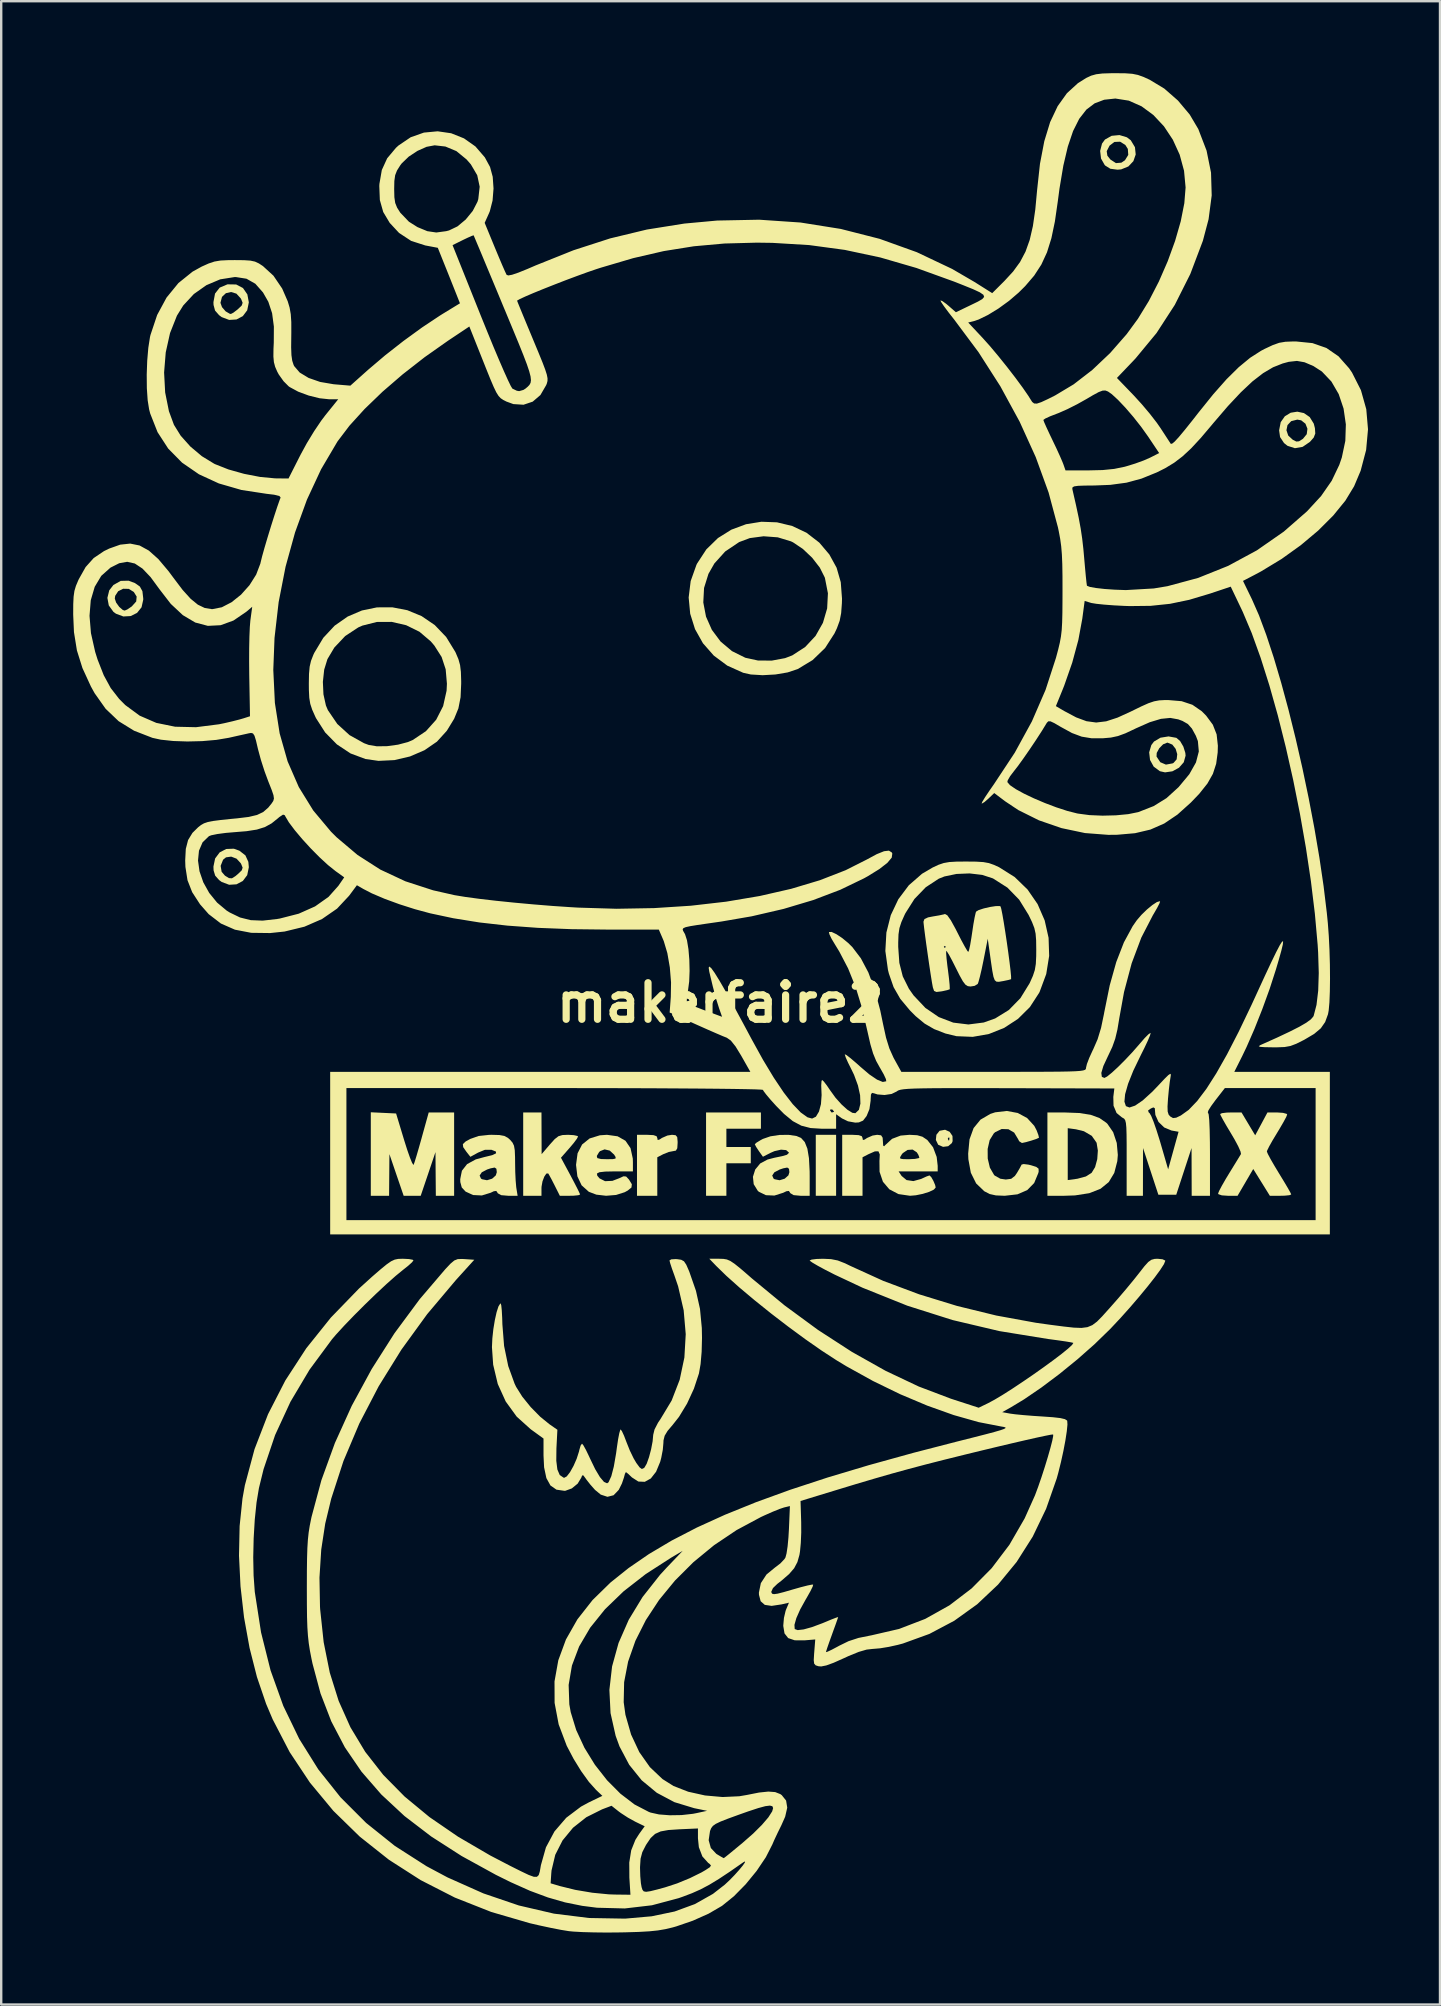
<source format=kicad_pcb>
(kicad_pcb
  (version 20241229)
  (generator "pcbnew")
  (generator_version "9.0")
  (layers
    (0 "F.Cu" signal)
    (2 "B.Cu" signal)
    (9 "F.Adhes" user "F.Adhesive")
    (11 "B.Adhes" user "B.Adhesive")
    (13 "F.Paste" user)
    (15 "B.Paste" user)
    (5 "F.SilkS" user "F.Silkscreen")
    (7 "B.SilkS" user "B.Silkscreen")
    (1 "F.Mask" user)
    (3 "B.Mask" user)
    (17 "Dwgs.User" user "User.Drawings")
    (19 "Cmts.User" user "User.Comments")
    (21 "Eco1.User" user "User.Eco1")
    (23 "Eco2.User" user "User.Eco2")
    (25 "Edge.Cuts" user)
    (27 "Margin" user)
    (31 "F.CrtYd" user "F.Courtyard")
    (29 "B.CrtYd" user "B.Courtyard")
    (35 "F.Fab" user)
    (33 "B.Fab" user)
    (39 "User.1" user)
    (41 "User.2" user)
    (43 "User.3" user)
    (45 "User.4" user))
  (footprint "makerfaire2"
    (layer "F.Cu")
    (at 26.964 38.734)
    (property "Reference" "makerfaire2" (at 0 0 0) (layer "F.SilkS") (effects (font (size 1.524 1.524) (thickness 0.3))))
    (attr board_only exclude_from_pos_files exclude_from_bom)
    (fp_poly (pts (xy 4.826 8.043) (xy 3.979 8.043) (xy 3.979 5.503) (xy 4.826 5.503)) (stroke (width 0) (type solid)) (fill yes) (layer "F.SilkS"))
    (fp_poly (pts (xy 1.693 5.249) (xy 0.254 5.249) (xy 0.254 6.011) (xy 1.27 6.011) (xy 1.27 6.689) (xy 0.254 6.689) (xy 0.254 8.043) (xy -0.593 8.043) (xy -0.593 4.572) (xy 1.693 4.572)) (stroke (width 0) (type solid)) (fill yes) (layer "F.SilkS"))
    (fp_poly (pts (xy -2.784 5.516) (xy -2.655 5.561) (xy -2.625 5.635) (xy -2.609 5.72) (xy -2.533 5.7) (xy -2.436 5.635) (xy -2.204 5.533) (xy -2.013 5.503) (xy -1.862 5.519) (xy -1.795 5.597) (xy -1.778 5.786) (xy -1.778 5.842) (xy -1.792 6.063) (xy -1.849 6.161) (xy -1.952 6.181) (xy -2.149 6.219) (xy -2.375 6.31) (xy -2.625 6.439) (xy -2.625 8.043) (xy -3.471 8.043) (xy -3.471 5.503) (xy -3.048 5.503)) (stroke (width 0) (type solid)) (fill yes) (layer "F.SilkS"))
    (fp_poly (pts (xy 9.556 5.377) (xy 9.675 5.55) (xy 9.681 5.767) (xy 9.649 5.848) (xy 9.496 5.978) (xy 9.283 6.005) (xy 9.088 5.921) (xy 9.076 5.91) (xy 8.983 5.717) (xy 8.987 5.673) (xy 9.483 5.673) (xy 9.514 5.742) (xy 9.539 5.729) (xy 9.549 5.629) (xy 9.539 5.616) (xy 9.489 5.628) (xy 9.483 5.673) (xy 8.987 5.673) (xy 9.005 5.501) (xy 9.133 5.34) (xy 9.144 5.334) (xy 9.366 5.292)) (stroke (width 0) (type solid)) (fill yes) (layer "F.SilkS"))
    (fp_poly (pts (xy -14.036 4.589) (xy -13.509 4.614) (xy -13.17 5.735) (xy -13.045 6.13) (xy -12.933 6.449) (xy -12.845 6.666) (xy -12.789 6.755) (xy -12.779 6.751) (xy -12.736 6.633) (xy -12.66 6.386) (xy -12.561 6.046) (xy -12.448 5.648) (xy -12.438 5.609) (xy -12.15 4.572) (xy -11.091 4.572) (xy -11.091 8.043) (xy -11.853 8.043) (xy -11.861 7.133) (xy -11.868 6.223) (xy -12.175 7.133) (xy -12.483 8.043) (xy -13.194 8.043) (xy -13.491 7.176) (xy -13.787 6.308) (xy -13.801 8.043) (xy -14.563 8.043) (xy -14.563 4.564)) (stroke (width 0) (type solid)) (fill yes) (layer "F.SilkS"))
    (fp_poly (pts (xy 16.943 -36.063) (xy 17.105 -35.939) (xy 17.279 -35.65) (xy 17.31 -35.347) (xy 17.213 -35.068) (xy 17.005 -34.848) (xy 16.704 -34.726) (xy 16.552 -34.713) (xy 16.253 -34.752) (xy 16.039 -34.886) (xy 16.017 -34.909) (xy 15.865 -35.178) (xy 15.83 -35.484) (xy 16.102 -35.484) (xy 16.129 -35.297) (xy 16.256 -35.137) (xy 16.487 -34.987) (xy 16.715 -35.006) (xy 16.863 -35.107) (xy 17 -35.329) (xy 16.982 -35.578) (xy 16.878 -35.744) (xy 16.66 -35.879) (xy 16.423 -35.869) (xy 16.224 -35.718) (xy 16.218 -35.71) (xy 16.102 -35.484) (xy 15.83 -35.484) (xy 15.829 -35.497) (xy 15.906 -35.8) (xy 16.029 -35.969) (xy 16.307 -36.125) (xy 16.633 -36.156)) (stroke (width 0) (type solid)) (fill yes) (layer "F.SilkS"))
    (fp_poly (pts (xy 14.961 4.595) (xy 15.432 4.669) (xy 15.796 4.801) (xy 16.082 4.999) (xy 16.131 5.045) (xy 16.371 5.394) (xy 16.521 5.843) (xy 16.565 6.343) (xy 16.544 6.6) (xy 16.417 7.091) (xy 16.187 7.473) (xy 15.844 7.752) (xy 15.378 7.935) (xy 14.779 8.028) (xy 14.336 8.043) (xy 13.631 8.043) (xy 13.631 5.227) (xy 14.478 5.227) (xy 14.478 7.389) (xy 14.879 7.334) (xy 15.233 7.239) (xy 15.474 7.086) (xy 15.618 6.849) (xy 15.708 6.517) (xy 15.733 6.16) (xy 15.683 5.848) (xy 15.675 5.825) (xy 15.479 5.546) (xy 15.151 5.354) (xy 14.82 5.273) (xy 14.478 5.227) (xy 13.631 5.227) (xy 13.631 4.572) (xy 14.356 4.572)) (stroke (width 0) (type solid)) (fill yes) (layer "F.SilkS"))
    (fp_poly (pts (xy 19.004 -11.039) (xy 19.159 -10.907) (xy 19.295 -10.675) (xy 19.378 -10.41) (xy 19.389 -10.296) (xy 19.312 -10.02) (xy 19.114 -9.794) (xy 18.839 -9.644) (xy 18.533 -9.6) (xy 18.318 -9.648) (xy 18.06 -9.839) (xy 17.907 -10.117) (xy 17.891 -10.26) (xy 18.178 -10.26) (xy 18.334 -10.023) (xy 18.569 -9.923) (xy 18.847 -9.974) (xy 18.886 -9.994) (xy 19.017 -10.144) (xy 19.041 -10.357) (xy 18.975 -10.579) (xy 18.836 -10.757) (xy 18.639 -10.837) (xy 18.62 -10.837) (xy 18.452 -10.769) (xy 18.292 -10.605) (xy 18.186 -10.41) (xy 18.178 -10.26) (xy 17.891 -10.26) (xy 17.871 -10.434) (xy 17.961 -10.737) (xy 18.072 -10.884) (xy 18.341 -11.044) (xy 18.679 -11.098)) (stroke (width 0) (type solid)) (fill yes) (layer "F.SilkS"))
    (fp_poly (pts (xy 24.32 -24.571) (xy 24.561 -24.405) (xy 24.73 -24.131) (xy 24.778 -23.943) (xy 24.793 -23.72) (xy 24.728 -23.551) (xy 24.57 -23.372) (xy 24.266 -23.164) (xy 23.945 -23.108) (xy 23.637 -23.206) (xy 23.491 -23.322) (xy 23.326 -23.571) (xy 23.286 -23.851) (xy 23.287 -23.857) (xy 23.591 -23.857) (xy 23.666 -23.634) (xy 23.856 -23.459) (xy 24.003 -23.385) (xy 24.115 -23.395) (xy 24.277 -23.497) (xy 24.28 -23.5) (xy 24.437 -23.692) (xy 24.466 -23.918) (xy 24.384 -24.128) (xy 24.206 -24.269) (xy 24.044 -24.299) (xy 23.79 -24.235) (xy 23.636 -24.072) (xy 23.591 -23.857) (xy 23.287 -23.857) (xy 23.353 -24.194) (xy 23.526 -24.44) (xy 23.768 -24.586) (xy 24.044 -24.63)) (stroke (width 0) (type solid)) (fill yes) (layer "F.SilkS"))
    (fp_poly (pts (xy -24.39 -17.487) (xy -24.186 -17.343) (xy -24.08 -17.15) (xy -24.046 -16.853) (xy -24.045 -16.796) (xy -24.116 -16.478) (xy -24.303 -16.245) (xy -24.569 -16.113) (xy -24.874 -16.096) (xy -25.182 -16.211) (xy -25.288 -16.289) (xy -25.481 -16.556) (xy -25.534 -16.843) (xy -25.231 -16.843) (xy -25.176 -16.676) (xy -25.046 -16.496) (xy -24.896 -16.366) (xy -24.819 -16.341) (xy -24.708 -16.389) (xy -24.537 -16.505) (xy -24.522 -16.516) (xy -24.338 -16.721) (xy -24.32 -16.926) (xy -24.439 -17.117) (xy -24.648 -17.246) (xy -24.882 -17.251) (xy -25.089 -17.148) (xy -25.214 -16.957) (xy -25.231 -16.843) (xy -25.534 -16.843) (xy -25.539 -16.872) (xy -25.462 -17.184) (xy -25.288 -17.408) (xy -24.984 -17.579) (xy -24.657 -17.587)) (stroke (width 0) (type solid)) (fill yes) (layer "F.SilkS"))
    (fp_poly (pts (xy -20.039 -6.336) (xy -19.788 -6.141) (xy -19.666 -5.873) (xy -19.645 -5.648) (xy -19.713 -5.317) (xy -19.896 -5.074) (xy -20.159 -4.935) (xy -20.465 -4.916) (xy -20.776 -5.033) (xy -20.885 -5.113) (xy -21.048 -5.297) (xy -21.114 -5.516) (xy -21.12 -5.673) (xy -21.114 -5.705) (xy -20.82 -5.705) (xy -20.779 -5.458) (xy -20.64 -5.296) (xy -20.474 -5.194) (xy -20.35 -5.185) (xy -20.203 -5.277) (xy -20.092 -5.371) (xy -19.941 -5.517) (xy -19.904 -5.628) (xy -19.963 -5.778) (xy -19.984 -5.816) (xy -20.157 -6.004) (xy -20.38 -6.089) (xy -20.597 -6.059) (xy -20.718 -5.96) (xy -20.82 -5.705) (xy -21.114 -5.705) (xy -21.05 -6.012) (xy -20.861 -6.265) (xy -20.589 -6.407) (xy -20.271 -6.419)) (stroke (width 0) (type solid)) (fill yes) (layer "F.SilkS"))
    (fp_poly (pts (xy -20.173 -29.93) (xy -19.891 -29.783) (xy -19.707 -29.517) (xy -19.645 -29.185) (xy -19.713 -28.854) (xy -19.896 -28.611) (xy -20.159 -28.472) (xy -20.465 -28.453) (xy -20.776 -28.57) (xy -20.885 -28.651) (xy -21.053 -28.843) (xy -21.116 -29.077) (xy -21.119 -29.166) (xy -20.828 -29.166) (xy -20.763 -28.985) (xy -20.612 -28.81) (xy -20.436 -28.708) (xy -20.391 -28.702) (xy -20.292 -28.753) (xy -20.128 -28.878) (xy -20.092 -28.909) (xy -19.941 -29.054) (xy -19.904 -29.166) (xy -19.963 -29.315) (xy -19.984 -29.353) (xy -20.163 -29.548) (xy -20.385 -29.616) (xy -20.601 -29.567) (xy -20.764 -29.413) (xy -20.828 -29.166) (xy -21.119 -29.166) (xy -21.12 -29.194) (xy -21.054 -29.551) (xy -20.859 -29.799) (xy -20.54 -29.934) (xy -20.529 -29.936)) (stroke (width 0) (type solid)) (fill yes) (layer "F.SilkS"))
    (fp_poly (pts (xy -7.448 5.44) (xy -7.445 6.308) (xy -7.1 5.905) (xy -6.9 5.683) (xy -6.745 5.562) (xy -6.578 5.513) (xy -6.341 5.503) (xy -6.103 5.517) (xy -5.953 5.551) (xy -5.927 5.576) (xy -5.979 5.673) (xy -6.115 5.854) (xy -6.283 6.053) (xy -6.639 6.458) (xy -6.24 7.199) (xy -6.072 7.518) (xy -5.938 7.779) (xy -5.858 7.948) (xy -5.842 7.992) (xy -5.918 8.021) (xy -6.113 8.04) (xy -6.264 8.043) (xy -6.686 8.043) (xy -6.909 7.599) (xy -7.035 7.353) (xy -7.133 7.174) (xy -7.171 7.112) (xy -7.247 7.118) (xy -7.333 7.244) (xy -7.408 7.44) (xy -7.448 7.661) (xy -7.451 7.721) (xy -7.451 8.043) (xy -8.213 8.043) (xy -8.213 4.572) (xy -7.451 4.572)) (stroke (width 0) (type solid)) (fill yes) (layer "F.SilkS"))
    (fp_poly (pts (xy -4.279 5.565) (xy -3.951 5.751) (xy -3.74 6.06) (xy -3.646 6.491) (xy -3.641 6.642) (xy -3.641 7.027) (xy -4.403 7.027) (xy -4.795 7.035) (xy -5.036 7.062) (xy -5.14 7.116) (xy -5.126 7.206) (xy -5.032 7.318) (xy -4.801 7.435) (xy -4.495 7.421) (xy -4.215 7.314) (xy -4.032 7.231) (xy -3.923 7.241) (xy -3.814 7.357) (xy -3.798 7.378) (xy -3.686 7.562) (xy -3.701 7.698) (xy -3.856 7.825) (xy -3.984 7.895) (xy -4.342 8.009) (xy -4.759 8.043) (xy -5.165 7.996) (xy -5.478 7.877) (xy -5.779 7.607) (xy -5.955 7.233) (xy -6.011 6.756) (xy -5.962 6.386) (xy -5.146 6.386) (xy -5.124 6.473) (xy -4.97 6.512) (xy -4.731 6.519) (xy -4.479 6.516) (xy -4.366 6.493) (xy -4.361 6.432) (xy -4.423 6.329) (xy -4.606 6.161) (xy -4.821 6.11) (xy -5.011 6.184) (xy -5.054 6.231) (xy -5.146 6.386) (xy -5.962 6.386) (xy -5.947 6.275) (xy -5.758 5.906) (xy -5.446 5.655) (xy -5.017 5.523) (xy -4.722 5.503)) (stroke (width 0) (type solid)) (fill yes) (layer "F.SilkS"))
    (fp_poly (pts (xy 22.289 5.524) (xy 22.545 5.048) (xy 22.8 4.572) (xy 23.211 4.572) (xy 23.448 4.588) (xy 23.597 4.629) (xy 23.622 4.658) (xy 23.58 4.764) (xy 23.466 4.975) (xy 23.302 5.257) (xy 23.199 5.427) (xy 23.015 5.732) (xy 22.871 5.988) (xy 22.788 6.157) (xy 22.775 6.2) (xy 22.818 6.304) (xy 22.932 6.519) (xy 23.102 6.812) (xy 23.283 7.112) (xy 23.485 7.443) (xy 23.649 7.72) (xy 23.757 7.913) (xy 23.791 7.989) (xy 23.715 8.019) (xy 23.519 8.039) (xy 23.346 8.043) (xy 22.9 8.043) (xy 22.554 7.485) (xy 22.208 6.927) (xy 21.555 8.043) (xy 21.149 8.043) (xy 20.899 8.026) (xy 20.759 7.978) (xy 20.743 7.95) (xy 20.785 7.843) (xy 20.899 7.627) (xy 21.064 7.339) (xy 21.194 7.125) (xy 21.389 6.807) (xy 21.553 6.54) (xy 21.664 6.358) (xy 21.697 6.302) (xy 21.677 6.197) (xy 21.583 5.983) (xy 21.429 5.695) (xy 21.289 5.457) (xy 21.098 5.139) (xy 20.946 4.873) (xy 20.851 4.694) (xy 20.828 4.637) (xy 20.904 4.601) (xy 21.101 4.577) (xy 21.274 4.572) (xy 21.72 4.572)) (stroke (width 0) (type solid)) (fill yes) (layer "F.SilkS"))
    (fp_poly (pts (xy 12.395 4.593) (xy 12.787 4.805) (xy 13.084 5.13) (xy 13.182 5.318) (xy 13.254 5.51) (xy 13.279 5.62) (xy 13.276 5.627) (xy 13.163 5.678) (xy 12.959 5.745) (xy 12.742 5.807) (xy 12.585 5.841) (xy 12.566 5.842) (xy 12.456 5.772) (xy 12.404 5.673) (xy 12.246 5.411) (xy 12.005 5.27) (xy 11.726 5.261) (xy 11.454 5.393) (xy 11.397 5.444) (xy 11.225 5.723) (xy 11.141 6.091) (xy 11.144 6.493) (xy 11.233 6.871) (xy 11.407 7.172) (xy 11.434 7.201) (xy 11.669 7.333) (xy 11.897 7.366) (xy 12.122 7.336) (xy 12.276 7.216) (xy 12.362 7.091) (xy 12.478 6.894) (xy 12.549 6.758) (xy 12.554 6.744) (xy 12.642 6.721) (xy 12.836 6.745) (xy 12.943 6.77) (xy 13.167 6.84) (xy 13.262 6.914) (xy 13.267 7.031) (xy 13.252 7.096) (xy 13.079 7.512) (xy 12.79 7.807) (xy 12.383 7.983) (xy 11.854 8.043) (xy 11.845 8.043) (xy 11.484 8.028) (xy 11.227 7.971) (xy 11.007 7.858) (xy 10.998 7.852) (xy 10.661 7.528) (xy 10.44 7.083) (xy 10.337 6.52) (xy 10.329 6.286) (xy 10.385 5.693) (xy 10.555 5.223) (xy 10.843 4.871) (xy 11.252 4.632) (xy 11.456 4.565) (xy 11.94 4.509)) (stroke (width 0) (type solid)) (fill yes) (layer "F.SilkS"))
    (fp_poly (pts (xy 3.176 5.553) (xy 3.365 5.633) (xy 3.52 5.805) (xy 3.629 6.08) (xy 3.695 6.479) (xy 3.723 7.019) (xy 3.725 7.218) (xy 3.725 8.043) (xy 3.342 8.043) (xy 3.054 8.016) (xy 2.917 7.933) (xy 2.91 7.918) (xy 2.858 7.842) (xy 2.756 7.854) (xy 2.621 7.918) (xy 2.256 8.034) (xy 1.902 8.019) (xy 1.607 7.876) (xy 1.562 7.836) (xy 1.392 7.56) (xy 1.36 7.252) (xy 1.377 7.199) (xy 2.164 7.199) (xy 2.218 7.324) (xy 2.262 7.354) (xy 2.471 7.396) (xy 2.685 7.331) (xy 2.839 7.192) (xy 2.879 7.061) (xy 2.863 6.918) (xy 2.79 6.867) (xy 2.622 6.9) (xy 2.475 6.949) (xy 2.254 7.065) (xy 2.164 7.199) (xy 1.377 7.199) (xy 1.455 6.95) (xy 1.664 6.696) (xy 1.97 6.533) (xy 2.25 6.46) (xy 2.552 6.397) (xy 2.567 6.395) (xy 2.778 6.334) (xy 2.859 6.255) (xy 2.856 6.239) (xy 2.744 6.14) (xy 2.529 6.122) (xy 2.256 6.184) (xy 2.095 6.254) (xy 1.777 6.417) (xy 1.608 6.18) (xy 1.494 6.007) (xy 1.44 5.9) (xy 1.439 5.894) (xy 1.508 5.83) (xy 1.68 5.725) (xy 1.775 5.674) (xy 2.087 5.566) (xy 2.464 5.509) (xy 2.846 5.504)) (stroke (width 0) (type solid)) (fill yes) (layer "F.SilkS"))
    (fp_poly (pts (xy -9.204 5.512) (xy -8.997 5.55) (xy -8.848 5.631) (xy -8.759 5.711) (xy -8.658 5.828) (xy -8.596 5.958) (xy -8.564 6.146) (xy -8.552 6.435) (xy -8.55 6.664) (xy -8.544 7.047) (xy -8.527 7.405) (xy -8.504 7.675) (xy -8.497 7.726) (xy -8.445 8.043) (xy -8.839 8.043) (xy -9.13 8.018) (xy -9.271 7.94) (xy -9.282 7.918) (xy -9.334 7.842) (xy -9.436 7.854) (xy -9.571 7.918) (xy -9.935 8.03) (xy -10.302 8.012) (xy -10.613 7.869) (xy -10.614 7.868) (xy -10.773 7.696) (xy -10.833 7.472) (xy -10.837 7.353) (xy -10.807 7.199) (xy -10.028 7.199) (xy -9.974 7.324) (xy -9.93 7.354) (xy -9.721 7.396) (xy -9.507 7.331) (xy -9.353 7.192) (xy -9.313 7.061) (xy -9.329 6.918) (xy -9.402 6.867) (xy -9.57 6.9) (xy -9.717 6.949) (xy -9.938 7.065) (xy -10.028 7.199) (xy -10.807 7.199) (xy -10.766 6.999) (xy -10.551 6.724) (xy -10.189 6.527) (xy -9.835 6.431) (xy -9.505 6.351) (xy -9.343 6.274) (xy -9.351 6.2) (xy -9.528 6.13) (xy -9.543 6.126) (xy -9.812 6.129) (xy -10.092 6.244) (xy -10.413 6.42) (xy -10.583 6.204) (xy -10.713 6.017) (xy -10.727 5.891) (xy -10.61 5.78) (xy -10.417 5.674) (xy -10.07 5.552) (xy -9.632 5.505) (xy -9.525 5.503)) (stroke (width 0) (type solid)) (fill yes) (layer "F.SilkS"))
    (fp_poly (pts (xy 2.363 -20.019) (xy 2.996 -19.867) (xy 3.591 -19.586) (xy 4.126 -19.174) (xy 4.544 -18.68) (xy 4.847 -18.127) (xy 5.02 -17.525) (xy 5.072 -16.838) (xy 5.067 -16.648) (xy 5.037 -16.239) (xy 4.975 -15.918) (xy 4.86 -15.605) (xy 4.759 -15.391) (xy 4.367 -14.781) (xy 3.848 -14.28) (xy 3.227 -13.905) (xy 2.808 -13.765) (xy 2.299 -13.679) (xy 1.765 -13.649) (xy 1.271 -13.679) (xy 0.956 -13.749) (xy 0.291 -14.048) (xy -0.271 -14.466) (xy -0.722 -14.979) (xy -1.053 -15.568) (xy -1.254 -16.21) (xy -1.298 -16.679) (xy -0.708 -16.679) (xy -0.595 -16.089) (xy -0.351 -15.538) (xy 0.013 -15.051) (xy 0.486 -14.653) (xy 1.043 -14.376) (xy 1.57 -14.261) (xy 2.146 -14.257) (xy 2.7 -14.36) (xy 2.998 -14.474) (xy 3.539 -14.825) (xy 3.969 -15.286) (xy 4.277 -15.831) (xy 4.453 -16.432) (xy 4.485 -17.062) (xy 4.361 -17.696) (xy 4.351 -17.726) (xy 4.146 -18.133) (xy 3.827 -18.544) (xy 3.44 -18.911) (xy 3.031 -19.185) (xy 2.944 -19.227) (xy 2.394 -19.394) (xy 1.805 -19.438) (xy 1.231 -19.362) (xy 0.786 -19.196) (xy 0.204 -18.804) (xy -0.247 -18.304) (xy -0.493 -17.872) (xy -0.677 -17.282) (xy -0.708 -16.679) (xy -1.298 -16.679) (xy -1.318 -16.885) (xy -1.234 -17.571) (xy -0.994 -18.246) (xy -0.967 -18.301) (xy -0.581 -18.892) (xy -0.097 -19.364) (xy 0.462 -19.713) (xy 1.073 -19.94) (xy 1.714 -20.043)) (stroke (width 0) (type solid)) (fill yes) (layer "F.SilkS"))
    (fp_poly (pts (xy 5.767 5.516) (xy 5.896 5.561) (xy 5.927 5.635) (xy 5.942 5.72) (xy 6.018 5.7) (xy 6.115 5.635) (xy 6.347 5.533) (xy 6.538 5.503) (xy 6.701 5.524) (xy 6.765 5.623) (xy 6.776 5.779) (xy 6.787 5.953) (xy 6.826 5.981) (xy 6.882 5.923) (xy 7.159 5.67) (xy 7.514 5.535) (xy 7.886 5.503) (xy 8.203 5.52) (xy 8.423 5.582) (xy 8.617 5.712) (xy 8.627 5.72) (xy 8.866 6.022) (xy 9.017 6.425) (xy 9.059 6.795) (xy 9.059 7.027) (xy 7.43 7.027) (xy 7.556 7.218) (xy 7.762 7.389) (xy 8.047 7.431) (xy 8.376 7.339) (xy 8.396 7.329) (xy 8.59 7.24) (xy 8.713 7.197) (xy 8.72 7.197) (xy 8.79 7.265) (xy 8.88 7.422) (xy 8.953 7.597) (xy 8.975 7.699) (xy 8.899 7.786) (xy 8.703 7.88) (xy 8.436 7.964) (xy 8.146 8.023) (xy 7.906 8.043) (xy 7.425 7.973) (xy 7.044 7.773) (xy 6.777 7.459) (xy 6.637 7.044) (xy 6.632 6.59) (xy 6.64 6.441) (xy 7.49 6.441) (xy 7.505 6.497) (xy 7.631 6.517) (xy 7.864 6.519) (xy 8.109 6.507) (xy 8.266 6.476) (xy 8.297 6.451) (xy 8.252 6.334) (xy 8.187 6.231) (xy 8.015 6.118) (xy 7.801 6.133) (xy 7.603 6.268) (xy 7.556 6.329) (xy 7.49 6.441) (xy 6.64 6.441) (xy 6.646 6.32) (xy 6.59 6.192) (xy 6.442 6.193) (xy 6.181 6.308) (xy 6.176 6.31) (xy 5.927 6.439) (xy 5.927 8.043) (xy 5.08 8.043) (xy 5.08 5.503) (xy 5.503 5.503)) (stroke (width 0) (type solid)) (fill yes) (layer "F.SilkS"))
    (fp_poly (pts (xy -13.041 -16.357) (xy -12.444 -16.11) (xy -11.898 -15.738) (xy -11.423 -15.241) (xy -11.041 -14.619) (xy -11.022 -14.577) (xy -10.911 -14.315) (xy -10.843 -14.07) (xy -10.809 -13.787) (xy -10.797 -13.406) (xy -10.797 -13.293) (xy -10.822 -12.731) (xy -10.913 -12.266) (xy -11.09 -11.833) (xy -11.375 -11.366) (xy -11.405 -11.322) (xy -11.807 -10.88) (xy -12.326 -10.523) (xy -12.929 -10.263) (xy -13.579 -10.111) (xy -14.242 -10.079) (xy -14.784 -10.156) (xy -15.406 -10.388) (xy -15.975 -10.765) (xy -16.464 -11.262) (xy -16.845 -11.857) (xy -16.875 -11.919) (xy -17.005 -12.21) (xy -17.085 -12.453) (xy -17.127 -12.707) (xy -17.143 -13.033) (xy -17.145 -13.293) (xy -17.144 -13.37) (xy -16.56 -13.37) (xy -16.536 -12.851) (xy -16.433 -12.386) (xy -16.351 -12.192) (xy -15.96 -11.618) (xy -15.449 -11.152) (xy -14.844 -10.815) (xy -14.647 -10.742) (xy -14.309 -10.686) (xy -13.881 -10.692) (xy -13.429 -10.754) (xy -13.016 -10.863) (xy -12.822 -10.945) (xy -12.266 -11.316) (xy -11.839 -11.793) (xy -11.549 -12.361) (xy -11.405 -13.002) (xy -11.391 -13.293) (xy -11.443 -13.894) (xy -11.612 -14.408) (xy -11.916 -14.885) (xy -12.063 -15.057) (xy -12.535 -15.459) (xy -13.09 -15.732) (xy -13.693 -15.87) (xy -14.312 -15.867) (xy -14.911 -15.716) (xy -15.084 -15.64) (xy -15.63 -15.281) (xy -16.083 -14.8) (xy -16.37 -14.319) (xy -16.505 -13.881) (xy -16.56 -13.37) (xy -17.144 -13.37) (xy -17.138 -13.703) (xy -17.111 -14.003) (xy -17.054 -14.248) (xy -16.957 -14.497) (xy -16.92 -14.577) (xy -16.542 -15.207) (xy -16.071 -15.712) (xy -15.527 -16.092) (xy -14.932 -16.346) (xy -14.305 -16.475) (xy -13.668 -16.478)) (stroke (width 0) (type solid)) (fill yes) (layer "F.SilkS"))
    (fp_poly (pts (xy 10.663 -5.88) (xy 10.962 -5.861) (xy 11.194 -5.819) (xy 11.407 -5.744) (xy 11.616 -5.648) (xy 12.265 -5.24) (xy 12.802 -4.72) (xy 13.222 -4.11) (xy 13.517 -3.431) (xy 13.68 -2.705) (xy 13.704 -1.953) (xy 13.582 -1.196) (xy 13.308 -0.457) (xy 13.286 -0.413) (xy 12.901 0.18) (xy 12.406 0.671) (xy 11.827 1.049) (xy 11.19 1.303) (xy 10.519 1.421) (xy 9.842 1.393) (xy 9.384 1.282) (xy 8.909 1.097) (xy 8.515 0.868) (xy 8.139 0.557) (xy 7.897 0.313) (xy 7.499 -0.165) (xy 7.221 -0.651) (xy 7.026 -1.213) (xy 6.986 -1.373) (xy 6.878 -2.158) (xy 6.898 -2.511) (xy 7.414 -2.511) (xy 7.414 -2.328) (xy 7.461 -1.662) (xy 7.604 -1.098) (xy 7.858 -0.587) (xy 8.053 -0.308) (xy 8.547 0.216) (xy 9.105 0.597) (xy 9.708 0.828) (xy 10.338 0.905) (xy 10.979 0.823) (xy 11.454 0.654) (xy 12.024 0.302) (xy 12.505 -0.19) (xy 12.886 -0.808) (xy 12.899 -0.834) (xy 13.027 -1.122) (xy 13.106 -1.362) (xy 13.148 -1.616) (xy 13.164 -1.943) (xy 13.166 -2.206) (xy 13.161 -2.597) (xy 13.139 -2.879) (xy 13.086 -3.115) (xy 12.989 -3.364) (xy 12.846 -3.661) (xy 12.454 -4.295) (xy 11.966 -4.796) (xy 11.369 -5.177) (xy 11.359 -5.182) (xy 10.916 -5.327) (xy 10.389 -5.389) (xy 9.843 -5.367) (xy 9.341 -5.263) (xy 9.104 -5.169) (xy 8.563 -4.814) (xy 8.09 -4.324) (xy 7.713 -3.73) (xy 7.678 -3.658) (xy 7.545 -3.359) (xy 7.465 -3.111) (xy 7.426 -2.85) (xy 7.414 -2.511) (xy 6.898 -2.511) (xy 6.921 -2.924) (xy 7.104 -3.649) (xy 7.419 -4.313) (xy 7.857 -4.896) (xy 8.408 -5.376) (xy 8.849 -5.635) (xy 9.096 -5.75) (xy 9.31 -5.822) (xy 9.543 -5.863) (xy 9.845 -5.881) (xy 10.245 -5.884)) (stroke (width 0) (type solid)) (fill yes) (layer "F.SilkS"))
    (fp_poly (pts (xy 11.677 -4.015) (xy 11.707 -3.917) (xy 11.754 -3.686) (xy 11.811 -3.356) (xy 11.874 -2.959) (xy 11.939 -2.527) (xy 12 -2.093) (xy 12.053 -1.689) (xy 12.094 -1.348) (xy 12.117 -1.103) (xy 12.118 -0.987) (xy 12.115 -0.981) (xy 12.006 -0.949) (xy 11.801 -0.906) (xy 11.754 -0.898) (xy 11.609 -0.873) (xy 11.507 -0.879) (xy 11.436 -0.94) (xy 11.383 -1.082) (xy 11.335 -1.33) (xy 11.279 -1.71) (xy 11.252 -1.905) (xy 11.145 -2.667) (xy 10.97 -1.778) (xy 10.892 -1.402) (xy 10.817 -1.083) (xy 10.757 -0.862) (xy 10.727 -0.783) (xy 10.598 -0.704) (xy 10.426 -0.677) (xy 10.313 -0.692) (xy 10.214 -0.755) (xy 10.108 -0.894) (xy 9.973 -1.136) (xy 9.822 -1.437) (xy 9.663 -1.752) (xy 9.531 -1.997) (xy 9.442 -2.139) (xy 9.416 -2.163) (xy 9.411 -2.069) (xy 9.428 -1.848) (xy 9.463 -1.537) (xy 9.487 -1.359) (xy 9.529 -1.019) (xy 9.556 -0.749) (xy 9.563 -0.587) (xy 9.558 -0.56) (xy 9.461 -0.527) (xy 9.263 -0.483) (xy 9.215 -0.474) (xy 9.008 -0.449) (xy 8.909 -0.492) (xy 8.86 -0.632) (xy 8.855 -0.654) (xy 8.819 -0.852) (xy 8.769 -1.165) (xy 8.71 -1.554) (xy 8.648 -1.981) (xy 8.599 -2.328) (xy 9.313 -2.328) (xy 9.356 -2.286) (xy 9.398 -2.328) (xy 9.356 -2.371) (xy 9.313 -2.328) (xy 8.599 -2.328) (xy 8.587 -2.41) (xy 8.534 -2.803) (xy 8.493 -3.123) (xy 8.47 -3.331) (xy 8.467 -3.382) (xy 8.508 -3.488) (xy 8.658 -3.557) (xy 8.858 -3.596) (xy 9.118 -3.64) (xy 9.316 -3.683) (xy 9.363 -3.698) (xy 9.459 -3.645) (xy 9.608 -3.434) (xy 9.811 -3.064) (xy 9.879 -2.929) (xy 10.048 -2.598) (xy 10.193 -2.332) (xy 10.294 -2.162) (xy 10.333 -2.117) (xy 10.366 -2.195) (xy 10.412 -2.404) (xy 10.463 -2.708) (xy 10.493 -2.91) (xy 10.546 -3.265) (xy 10.599 -3.56) (xy 10.643 -3.753) (xy 10.66 -3.798) (xy 10.768 -3.863) (xy 10.98 -3.931) (xy 11.236 -3.99) (xy 11.476 -4.027) (xy 11.642 -4.029)) (stroke (width 0) (type solid)) (fill yes) (layer "F.SilkS"))
    (fp_poly (pts (xy -1.804 10.684) (xy -1.63 10.709) (xy -1.513 10.774) (xy -1.418 10.915) (xy -1.305 11.173) (xy -1.287 11.218) (xy -1.014 12.003) (xy -0.846 12.755) (xy -0.77 13.552) (xy -0.762 13.966) (xy -0.777 14.547) (xy -0.821 15.056) (xy -0.889 15.445) (xy -0.892 15.455) (xy -1.099 16.082) (xy -1.385 16.703) (xy -1.721 17.256) (xy -1.977 17.581) (xy -2.197 17.842) (xy -2.318 18.042) (xy -2.366 18.234) (xy -2.371 18.349) (xy -2.396 18.629) (xy -2.461 18.966) (xy -2.504 19.129) (xy -2.675 19.542) (xy -2.895 19.823) (xy -3.146 19.962) (xy -3.414 19.951) (xy -3.68 19.78) (xy -3.691 19.77) (xy -3.839 19.629) (xy -3.928 19.56) (xy -3.934 19.558) (xy -3.973 19.63) (xy -4.018 19.794) (xy -4.099 20.032) (xy -4.226 20.288) (xy -4.235 20.302) (xy -4.446 20.522) (xy -4.702 20.587) (xy -4.982 20.495) (xy -5.22 20.299) (xy -5.415 20.078) (xy -5.579 19.87) (xy -5.609 19.826) (xy -5.707 19.694) (xy -5.758 19.699) (xy -5.793 19.791) (xy -5.943 20.038) (xy -6.186 20.237) (xy -6.455 20.335) (xy -6.492 20.338) (xy -6.827 20.289) (xy -7.077 20.115) (xy -7.247 19.807) (xy -7.342 19.359) (xy -7.366 18.867) (xy -7.366 18.159) (xy -7.9 17.772) (xy -8.483 17.247) (xy -8.942 16.614) (xy -9.272 15.887) (xy -9.464 15.082) (xy -9.515 14.351) (xy -9.498 13.986) (xy -9.456 13.597) (xy -9.394 13.222) (xy -9.321 12.895) (xy -9.244 12.655) (xy -9.17 12.537) (xy -9.151 12.531) (xy -9.127 12.609) (xy -9.105 12.822) (xy -9.088 13.133) (xy -9.08 13.399) (xy -9.009 14.3) (xy -8.836 15.14) (xy -8.569 15.878) (xy -8.506 16.008) (xy -8.251 16.414) (xy -7.9 16.848) (xy -7.501 17.253) (xy -7.115 17.566) (xy -6.788 17.793) (xy -6.828 18.57) (xy -6.834 19.083) (xy -6.789 19.449) (xy -6.69 19.679) (xy -6.532 19.788) (xy -6.504 19.795) (xy -6.398 19.737) (xy -6.261 19.559) (xy -6.116 19.3) (xy -5.985 19.002) (xy -5.889 18.704) (xy -5.872 18.628) (xy -5.819 18.45) (xy -5.763 18.373) (xy -5.762 18.373) (xy -5.703 18.444) (xy -5.597 18.635) (xy -5.466 18.907) (xy -5.43 18.986) (xy -5.213 19.435) (xy -5.016 19.765) (xy -4.847 19.965) (xy -4.716 20.024) (xy -4.656 19.981) (xy -4.541 19.728) (xy -4.437 19.328) (xy -4.341 18.772) (xy -4.307 18.521) (xy -4.258 18.191) (xy -4.209 17.937) (xy -4.167 17.796) (xy -4.153 17.78) (xy -4.098 17.853) (xy -4.009 18.046) (xy -3.906 18.316) (xy -3.905 18.318) (xy -3.77 18.657) (xy -3.613 18.981) (xy -3.5 19.174) (xy -3.36 19.363) (xy -3.268 19.428) (xy -3.184 19.39) (xy -3.157 19.364) (xy -3.066 19.207) (xy -2.97 18.936) (xy -2.883 18.608) (xy -2.82 18.277) (xy -2.795 18.003) (xy -2.74 17.781) (xy -2.594 17.498) (xy -2.498 17.357) (xy -2.027 16.575) (xy -1.692 15.71) (xy -1.496 14.782) (xy -1.44 13.81) (xy -1.526 12.815) (xy -1.757 11.817) (xy -1.912 11.362) (xy -2.015 11.077) (xy -2.088 10.853) (xy -2.117 10.738) (xy -2.117 10.737) (xy -2.043 10.692) (xy -1.859 10.681)) (stroke (width 0) (type solid)) (fill yes) (layer "F.SilkS"))
    (fp_poly (pts (xy 18.428 10.689) (xy 18.537 10.74) (xy 18.542 10.756) (xy 18.487 10.892) (xy 18.333 11.131) (xy 18.098 11.452) (xy 17.798 11.833) (xy 17.45 12.254) (xy 17.072 12.695) (xy 16.68 13.133) (xy 16.291 13.548) (xy 16.223 13.618) (xy 15.592 14.231) (xy 14.881 14.859) (xy 14.129 15.471) (xy 13.375 16.037) (xy 12.657 16.527) (xy 12.118 16.853) (xy 11.748 17.06) (xy 12.076 17.12) (xy 12.293 17.149) (xy 12.63 17.182) (xy 13.038 17.215) (xy 13.406 17.239) (xy 13.862 17.271) (xy 14.172 17.307) (xy 14.359 17.351) (xy 14.447 17.406) (xy 14.457 17.424) (xy 14.466 17.578) (xy 14.438 17.861) (xy 14.38 18.239) (xy 14.297 18.677) (xy 14.195 19.141) (xy 14.082 19.596) (xy 14.018 19.826) (xy 13.577 21.086) (xy 13.018 22.248) (xy 12.347 23.304) (xy 11.573 24.246) (xy 10.705 25.065) (xy 9.749 25.752) (xy 8.714 26.3) (xy 7.608 26.701) (xy 7.393 26.758) (xy 7.022 26.84) (xy 6.657 26.9) (xy 6.375 26.924) (xy 6.363 26.924) (xy 6.097 26.954) (xy 5.768 27.05) (xy 5.344 27.223) (xy 5.146 27.314) (xy 4.722 27.503) (xy 4.417 27.614) (xy 4.206 27.656) (xy 4.093 27.648) (xy 3.973 27.609) (xy 3.912 27.539) (xy 3.894 27.396) (xy 3.909 27.137) (xy 3.915 27.062) (xy 3.957 26.531) (xy 3.504 26.569) (xy 3.1 26.566) (xy 2.829 26.474) (xy 2.676 26.279) (xy 2.625 25.97) (xy 2.625 25.946) (xy 2.652 25.635) (xy 2.721 25.34) (xy 2.743 25.281) (xy 2.861 24.999) (xy 2.552 25.07) (xy 2.14 25.132) (xy 1.854 25.09) (xy 1.682 24.938) (xy 1.612 24.67) (xy 1.609 24.578) (xy 1.616 24.543) (xy 2.125 24.543) (xy 2.128 24.566) (xy 2.158 24.624) (xy 2.236 24.644) (xy 2.389 24.623) (xy 2.648 24.557) (xy 2.995 24.456) (xy 3.346 24.356) (xy 3.632 24.283) (xy 3.818 24.246) (xy 3.87 24.246) (xy 3.848 24.332) (xy 3.754 24.523) (xy 3.607 24.784) (xy 3.562 24.86) (xy 3.33 25.279) (xy 3.169 25.642) (xy 3.09 25.923) (xy 3.101 26.094) (xy 3.103 26.098) (xy 3.225 26.142) (xy 3.473 26.113) (xy 3.823 26.016) (xy 4.252 25.856) (xy 4.339 25.82) (xy 4.615 25.705) (xy 4.817 25.627) (xy 4.909 25.598) (xy 4.911 25.599) (xy 4.884 25.683) (xy 4.812 25.889) (xy 4.707 26.178) (xy 4.657 26.318) (xy 4.543 26.634) (xy 4.455 26.887) (xy 4.408 27.035) (xy 4.403 27.058) (xy 4.47 27.041) (xy 4.648 26.957) (xy 4.901 26.823) (xy 4.951 26.795) (xy 5.344 26.603) (xy 5.756 26.468) (xy 6.261 26.366) (xy 6.285 26.362) (xy 7.45 26.093) (xy 8.54 25.674) (xy 9.55 25.109) (xy 10.474 24.404) (xy 11.308 23.562) (xy 12.046 22.588) (xy 12.683 21.486) (xy 13.113 20.526) (xy 13.244 20.174) (xy 13.384 19.769) (xy 13.522 19.342) (xy 13.649 18.926) (xy 13.756 18.55) (xy 13.834 18.248) (xy 13.872 18.05) (xy 13.869 17.989) (xy 13.779 17.998) (xy 13.545 18.044) (xy 13.185 18.121) (xy 12.72 18.226) (xy 12.168 18.354) (xy 11.55 18.5) (xy 10.885 18.66) (xy 10.192 18.829) (xy 9.492 19.003) (xy 9.313 19.047) (xy 8.546 19.243) (xy 7.837 19.431) (xy 7.142 19.622) (xy 6.416 19.831) (xy 5.616 20.068) (xy 4.741 20.334) (xy 3.344 20.761) (xy 3.371 21.644) (xy 3.373 22.077) (xy 3.355 22.508) (xy 3.321 22.869) (xy 3.298 23.008) (xy 3.213 23.308) (xy 3.078 23.563) (xy 2.865 23.809) (xy 2.545 24.085) (xy 2.377 24.215) (xy 2.195 24.39) (xy 2.125 24.543) (xy 1.616 24.543) (xy 1.69 24.185) (xy 1.925 23.825) (xy 2.275 23.537) (xy 2.504 23.362) (xy 2.679 23.175) (xy 2.716 23.114) (xy 2.761 22.945) (xy 2.805 22.652) (xy 2.84 22.277) (xy 2.86 21.938) (xy 2.901 20.973) (xy 2.657 21.031) (xy 2.472 21.093) (xy 2.185 21.209) (xy 1.846 21.359) (xy 1.693 21.43) (xy 0.679 21.974) (xy -0.261 22.605) (xy -1.119 23.31) (xy -1.885 24.074) (xy -2.549 24.883) (xy -3.103 25.726) (xy -3.537 26.587) (xy -3.841 27.453) (xy -4.007 28.311) (xy -4.025 29.146) (xy -3.953 29.669) (xy -3.717 30.493) (xy -3.374 31.226) (xy -2.934 31.85) (xy -2.409 32.348) (xy -1.948 32.638) (xy -1.337 32.876) (xy -0.635 33.032) (xy 0.095 33.097) (xy 0.792 33.065) (xy 1.101 33.012) (xy 1.616 32.91) (xy 2.002 32.87) (xy 2.287 32.891) (xy 2.499 32.974) (xy 2.561 33.018) (xy 2.742 33.244) (xy 2.79 33.54) (xy 2.703 33.918) (xy 2.546 34.272) (xy 2.39 34.589) (xy 2.245 34.898) (xy 2.17 35.072) (xy 1.898 35.606) (xy 1.515 36.175) (xy 1.059 36.732) (xy 0.568 37.231) (xy 0.08 37.626) (xy 0.057 37.641) (xy -0.49 37.959) (xy -1.143 38.25) (xy -1.838 38.489) (xy -1.99 38.532) (xy -2.29 38.603) (xy -2.6 38.656) (xy -2.958 38.693) (xy -3.399 38.718) (xy -3.961 38.735) (xy -4.191 38.739) (xy -4.733 38.744) (xy -5.263 38.738) (xy -5.74 38.725) (xy -6.119 38.704) (xy -6.308 38.686) (xy -6.633 38.633) (xy -7.063 38.549) (xy -7.538 38.447) (xy -7.936 38.355) (xy -9.542 37.887) (xy -11.061 37.287) (xy -12.485 36.559) (xy -13.809 35.71) (xy -15.023 34.747) (xy -16.122 33.674) (xy -17.098 32.498) (xy -17.943 31.226) (xy -18.651 29.862) (xy -18.925 29.216) (xy -19.307 28.096) (xy -19.615 26.883) (xy -19.845 25.612) (xy -19.992 24.318) (xy -20.055 23.038) (xy -20.029 21.806) (xy -19.91 20.659) (xy -19.811 20.108) (xy -19.408 18.603) (xy -18.845 17.145) (xy -18.125 15.741) (xy -17.251 14.397) (xy -16.227 13.119) (xy -15.057 11.911) (xy -14.5 11.407) (xy -14.154 11.108) (xy -13.904 10.903) (xy -13.719 10.774) (xy -13.569 10.704) (xy -13.422 10.674) (xy -13.248 10.668) (xy -13.218 10.668) (xy -12.973 10.68) (xy -12.816 10.71) (xy -12.785 10.735) (xy -12.847 10.817) (xy -13.011 10.965) (xy -13.228 11.137) (xy -13.529 11.384) (xy -13.914 11.726) (xy -14.351 12.134) (xy -14.81 12.578) (xy -15.26 13.028) (xy -15.671 13.455) (xy -16.013 13.828) (xy -16.178 14.021) (xy -17.117 15.292) (xy -17.91 16.626) (xy -18.55 18.012) (xy -19.031 19.436) (xy -19.224 20.222) (xy -19.324 20.821) (xy -19.398 21.535) (xy -19.444 22.315) (xy -19.462 23.108) (xy -19.447 23.864) (xy -19.399 24.53) (xy -19.397 24.554) (xy -19.136 26.237) (xy -18.74 27.819) (xy -18.21 29.298) (xy -17.546 30.673) (xy -16.75 31.946) (xy -15.82 33.113) (xy -14.758 34.175) (xy -13.565 35.131) (xy -12.24 35.98) (xy -11.365 36.447) (xy -9.871 37.113) (xy -8.397 37.615) (xy -6.933 37.956) (xy -5.467 38.138) (xy -3.989 38.164) (xy -3.94 38.162) (xy -2.86 38.067) (xy -1.903 37.867) (xy -1.057 37.557) (xy -0.306 37.133) (xy 0.187 36.749) (xy 0.392 36.557) (xy 0.598 36.345) (xy 0.785 36.136) (xy 0.934 35.956) (xy 1.023 35.829) (xy 1.032 35.779) (xy 0.963 35.814) (xy 0.4 36.206) (xy -0.063 36.513) (xy -0.458 36.753) (xy -0.818 36.944) (xy -1.177 37.104) (xy -1.567 37.252) (xy -1.736 37.311) (xy -2.85 37.608) (xy -3.979 37.74) (xy -5.137 37.71) (xy -5.755 37.631) (xy -6.47 37.487) (xy -7.182 37.282) (xy -7.928 37.005) (xy -8.628 36.692) (xy -7.07 36.692) (xy -6.689 36.806) (xy -6.044 36.965) (xy -5.333 37.085) (xy -4.646 37.152) (xy -4.391 37.161) (xy -3.744 37.169) (xy -3.789 36.452) (xy -3.791 36.068) (xy -3.344 36.068) (xy -3.334 36.397) (xy -3.308 36.69) (xy -3.279 36.852) (xy -3.243 36.963) (xy -3.19 37.028) (xy -3.09 37.047) (xy -2.911 37.02) (xy -2.624 36.949) (xy -2.299 36.86) (xy -1.798 36.696) (xy -1.266 36.477) (xy -0.784 36.239) (xy -0.617 36.142) (xy -0.438 36.024) (xy -0.388 35.951) (xy -0.45 35.88) (xy -0.504 35.841) (xy -0.747 35.572) (xy -0.893 35.189) (xy -0.923 34.896) (xy -0.484 34.896) (xy -0.394 35.221) (xy -0.165 35.465) (xy -0.14 35.481) (xy 0.038 35.587) (xy 0.139 35.642) (xy 0.145 35.644) (xy 0.213 35.594) (xy 0.385 35.456) (xy 0.634 35.251) (xy 0.93 35.006) (xy 1.37 34.62) (xy 1.733 34.259) (xy 2.003 33.944) (xy 2.163 33.693) (xy 2.201 33.558) (xy 2.171 33.481) (xy 2.069 33.454) (xy 1.877 33.478) (xy 1.578 33.559) (xy 1.153 33.699) (xy 0.761 33.838) (xy 0.321 33.998) (xy 0.015 34.118) (xy -0.186 34.214) (xy -0.308 34.3) (xy -0.379 34.394) (xy -0.426 34.509) (xy -0.428 34.515) (xy -0.484 34.896) (xy -0.923 34.896) (xy -0.931 34.818) (xy -0.931 34.407) (xy -1.714 34.442) (xy -2.164 34.472) (xy -2.485 34.53) (xy -2.717 34.634) (xy -2.9 34.804) (xy -3.074 35.06) (xy -3.107 35.115) (xy -3.25 35.396) (xy -3.322 35.667) (xy -3.344 36.011) (xy -3.344 36.068) (xy -3.791 36.068) (xy -3.793 35.828) (xy -3.712 35.317) (xy -3.538 34.882) (xy -3.383 34.637) (xy -3.15 34.315) (xy -3.542 34.125) (xy -3.847 33.957) (xy -4.145 33.763) (xy -4.233 33.698) (xy -4.532 33.461) (xy -4.927 33.611) (xy -5.583 33.939) (xy -6.137 34.377) (xy -6.573 34.906) (xy -6.877 35.505) (xy -7.032 36.156) (xy -7.043 36.284) (xy -7.07 36.692) (xy -8.628 36.692) (xy -8.742 36.641) (xy -9.35 36.34) (xy -10.778 35.555) (xy -12.045 34.741) (xy -13.158 33.89) (xy -14.124 32.992) (xy -14.95 32.041) (xy -15.643 31.027) (xy -16.21 29.943) (xy -16.658 28.781) (xy -16.993 27.532) (xy -17.036 27.327) (xy -17.1 26.996) (xy -17.148 26.69) (xy -17.182 26.377) (xy -17.206 26.024) (xy -17.22 25.601) (xy -17.226 25.076) (xy -17.228 24.416) (xy -17.228 24.342) (xy -17.226 23.672) (xy -17.219 23.141) (xy -17.206 22.718) (xy -17.184 22.373) (xy -17.152 22.073) (xy -17.107 21.79) (xy -17.047 21.492) (xy -17.033 21.426) (xy -16.622 19.896) (xy -16.059 18.345) (xy -15.356 16.793) (xy -14.525 15.263) (xy -13.578 13.775) (xy -12.526 12.353) (xy -11.462 11.106) (xy -11.242 10.872) (xy -11.085 10.74) (xy -10.942 10.683) (xy -10.763 10.676) (xy -10.65 10.682) (xy -10.251 10.71) (xy -11.018 11.557) (xy -12.213 12.975) (xy -13.287 14.454) (xy -14.232 15.977) (xy -15.04 17.53) (xy -15.703 19.098) (xy -16.212 20.665) (xy -16.462 21.702) (xy -16.628 22.786) (xy -16.702 23.958) (xy -16.68 25.162) (xy -16.673 25.277) (xy -16.527 26.645) (xy -16.272 27.914) (xy -15.902 29.093) (xy -15.412 30.19) (xy -14.795 31.214) (xy -14.044 32.174) (xy -13.154 33.077) (xy -12.117 33.933) (xy -10.928 34.749) (xy -9.581 35.535) (xy -8.743 35.971) (xy -8.299 36.193) (xy -7.984 36.343) (xy -7.773 36.42) (xy -7.641 36.422) (xy -7.566 36.35) (xy -7.521 36.203) (xy -7.482 35.979) (xy -7.474 35.934) (xy -7.265 35.194) (xy -6.91 34.531) (xy -6.419 33.961) (xy -5.804 33.497) (xy -5.489 33.326) (xy -4.914 33.048) (xy -5.175 32.801) (xy -5.473 32.469) (xy -5.795 32.022) (xy -6.113 31.506) (xy -6.397 30.965) (xy -6.4 30.959) (xy -6.735 30.07) (xy -6.904 29.175) (xy -6.907 28.425) (xy -6.319 28.425) (xy -6.291 29.234) (xy -6.232 29.562) (xy -6.004 30.306) (xy -5.661 31.045) (xy -5.226 31.75) (xy -4.719 32.397) (xy -4.161 32.958) (xy -3.574 33.407) (xy -2.978 33.717) (xy -2.904 33.745) (xy -2.556 33.822) (xy -2.105 33.857) (xy -1.612 33.849) (xy -1.139 33.796) (xy -0.999 33.769) (xy -0.55 33.672) (xy -1.09 33.561) (xy -1.914 33.31) (xy -2.645 32.921) (xy -3.275 32.4) (xy -3.795 31.754) (xy -4.199 30.99) (xy -4.361 30.546) (xy -4.573 29.6) (xy -4.621 28.633) (xy -4.509 27.655) (xy -4.239 26.678) (xy -3.814 25.709) (xy -3.237 24.76) (xy -2.511 23.839) (xy -2.226 23.529) (xy -1.567 22.84) (xy -2.032 23.114) (xy -3.106 23.806) (xy -4.031 24.527) (xy -4.804 25.273) (xy -5.421 26.04) (xy -5.882 26.824) (xy -6.182 27.62) (xy -6.319 28.425) (xy -6.907 28.425) (xy -6.908 28.282) (xy -6.75 27.4) (xy -6.432 26.534) (xy -5.955 25.695) (xy -5.323 24.89) (xy -4.572 24.156) (xy -3.819 23.554) (xy -2.974 22.973) (xy -2.028 22.412) (xy -0.975 21.867) (xy 0.195 21.335) (xy 1.487 20.812) (xy 2.911 20.295) (xy 4.474 19.782) (xy 6.184 19.27) (xy 8.048 18.754) (xy 9.852 18.288) (xy 10.518 18.12) (xy 11.034 17.988) (xy 11.415 17.887) (xy 11.675 17.812) (xy 11.829 17.757) (xy 11.891 17.719) (xy 11.875 17.693) (xy 11.797 17.672) (xy 11.714 17.659) (xy 10.765 17.475) (xy 9.726 17.181) (xy 8.627 16.789) (xy 7.496 16.312) (xy 6.363 15.761) (xy 5.256 15.148) (xy 4.84 14.896) (xy 4.22 14.492) (xy 3.539 14.017) (xy 2.827 13.493) (xy 2.113 12.945) (xy 1.427 12.394) (xy 0.797 11.865) (xy 0.253 11.379) (xy -0.165 10.972) (xy -0.457 10.668) (xy -0.038 10.668) (xy 0.13 10.673) (xy 0.272 10.697) (xy 0.416 10.758) (xy 0.59 10.874) (xy 0.823 11.06) (xy 1.142 11.334) (xy 1.312 11.483) (xy 2.678 12.61) (xy 4.076 13.636) (xy 5.486 14.549) (xy 6.89 15.338) (xy 8.271 15.992) (xy 9.609 16.499) (xy 9.652 16.513) (xy 10.767 16.875) (xy 11.162 16.684) (xy 11.433 16.538) (xy 11.779 16.331) (xy 12.179 16.076) (xy 12.61 15.789) (xy 13.051 15.487) (xy 13.481 15.183) (xy 13.878 14.893) (xy 14.222 14.632) (xy 14.489 14.415) (xy 14.659 14.258) (xy 14.711 14.176) (xy 14.709 14.173) (xy 14.618 14.151) (xy 14.393 14.113) (xy 14.067 14.066) (xy 13.674 14.013) (xy 13.668 14.013) (xy 11.63 13.682) (xy 9.681 13.222) (xy 7.792 12.623) (xy 5.933 11.877) (xy 4.763 11.327) (xy 4.385 11.134) (xy 4.068 10.963) (xy 3.841 10.83) (xy 3.731 10.751) (xy 3.725 10.74) (xy 3.803 10.703) (xy 4.005 10.677) (xy 4.278 10.668) (xy 4.613 10.683) (xy 4.895 10.739) (xy 5.2 10.858) (xy 5.413 10.962) (xy 6.788 11.588) (xy 8.286 12.149) (xy 9.87 12.635) (xy 11.504 13.034) (xy 13.151 13.335) (xy 13.742 13.418) (xy 14.305 13.491) (xy 14.731 13.538) (xy 15.051 13.55) (xy 15.298 13.518) (xy 15.503 13.433) (xy 15.697 13.287) (xy 15.911 13.07) (xy 16.178 12.773) (xy 16.236 12.708) (xy 16.572 12.327) (xy 16.917 11.922) (xy 17.228 11.545) (xy 17.447 11.269) (xy 17.673 10.98) (xy 17.834 10.802) (xy 17.966 10.709) (xy 18.102 10.673) (xy 18.224 10.668)) (stroke (width 0) (type solid)) (fill yes) (layer "F.SilkS"))
    (fp_poly (pts (xy 16.873 -38.73) (xy 17.167 -38.709) (xy 17.404 -38.661) (xy 17.643 -38.575) (xy 17.894 -38.46) (xy 18.501 -38.093) (xy 19.069 -37.596) (xy 19.559 -37.013) (xy 19.918 -36.407) (xy 20.263 -35.508) (xy 20.449 -34.59) (xy 20.477 -33.641) (xy 20.347 -32.65) (xy 20.109 -31.75) (xy 19.585 -30.365) (xy 18.939 -29.08) (xy 18.178 -27.906) (xy 17.309 -26.855) (xy 17.229 -26.769) (xy 16.528 -26.035) (xy 17.23 -25.306) (xy 17.562 -24.942) (xy 17.898 -24.544) (xy 18.19 -24.167) (xy 18.34 -23.951) (xy 18.525 -23.668) (xy 18.671 -23.444) (xy 18.757 -23.312) (xy 18.77 -23.292) (xy 18.823 -23.293) (xy 18.935 -23.385) (xy 19.113 -23.579) (xy 19.367 -23.884) (xy 19.707 -24.31) (xy 19.929 -24.595) (xy 20.544 -25.358) (xy 21.097 -25.983) (xy 21.604 -26.484) (xy 22.078 -26.875) (xy 22.535 -27.168) (xy 22.683 -27.246) (xy 23.023 -27.405) (xy 23.287 -27.499) (xy 23.547 -27.543) (xy 23.875 -27.556) (xy 23.999 -27.555) (xy 24.675 -27.487) (xy 25.257 -27.284) (xy 25.761 -26.937) (xy 26.202 -26.438) (xy 26.324 -26.259) (xy 26.695 -25.526) (xy 26.918 -24.732) (xy 26.99 -23.895) (xy 26.912 -23.034) (xy 26.683 -22.167) (xy 26.41 -21.52) (xy 26.046 -20.921) (xy 25.539 -20.299) (xy 24.913 -19.674) (xy 24.189 -19.066) (xy 23.39 -18.493) (xy 22.537 -17.976) (xy 22.257 -17.826) (xy 21.781 -17.578) (xy 22.154 -16.811) (xy 22.448 -16.142) (xy 22.752 -15.325) (xy 23.062 -14.383) (xy 23.372 -13.335) (xy 23.678 -12.205) (xy 23.974 -11.012) (xy 24.256 -9.778) (xy 24.518 -8.525) (xy 24.756 -7.274) (xy 24.965 -6.045) (xy 25.139 -4.862) (xy 25.274 -3.744) (xy 25.316 -3.321) (xy 25.356 -2.783) (xy 25.385 -2.196) (xy 25.402 -1.593) (xy 25.407 -1.006) (xy 25.4 -0.469) (xy 25.382 -0.013) (xy 25.351 0.328) (xy 25.323 0.478) (xy 25.204 0.804) (xy 25.022 1.066) (xy 24.745 1.299) (xy 24.34 1.539) (xy 24.312 1.554) (xy 24.002 1.709) (xy 23.759 1.801) (xy 23.516 1.845) (xy 23.202 1.857) (xy 23.017 1.857) (xy 22.681 1.851) (xy 22.495 1.837) (xy 22.439 1.812) (xy 22.493 1.771) (xy 22.521 1.757) (xy 23.195 1.455) (xy 23.725 1.205) (xy 24.127 1.001) (xy 24.415 0.834) (xy 24.603 0.697) (xy 24.707 0.58) (xy 24.727 0.539) (xy 24.844 0.09) (xy 24.915 -0.507) (xy 24.938 -1.239) (xy 24.912 -2.09) (xy 24.892 -2.413) (xy 24.776 -3.709) (xy 24.611 -5.066) (xy 24.402 -6.462) (xy 24.154 -7.874) (xy 23.873 -9.279) (xy 23.563 -10.654) (xy 23.231 -11.976) (xy 22.88 -13.223) (xy 22.516 -14.373) (xy 22.145 -15.402) (xy 21.771 -16.287) (xy 21.72 -16.395) (xy 21.27 -17.338) (xy 20.412 -17.051) (xy 19.541 -16.79) (xy 18.738 -16.623) (xy 17.934 -16.539) (xy 17.064 -16.529) (xy 16.849 -16.536) (xy 16.402 -16.559) (xy 15.994 -16.59) (xy 15.668 -16.624) (xy 15.463 -16.658) (xy 15.444 -16.663) (xy 15.183 -16.744) (xy 15.084 -16) (xy 14.921 -15.119) (xy 14.665 -14.171) (xy 14.332 -13.218) (xy 14.269 -13.059) (xy 13.984 -12.36) (xy 14.337 -12.153) (xy 14.83 -11.891) (xy 15.258 -11.732) (xy 15.662 -11.677) (xy 16.08 -11.727) (xy 16.552 -11.881) (xy 17.117 -12.139) (xy 17.142 -12.152) (xy 17.545 -12.349) (xy 17.841 -12.481) (xy 18.075 -12.56) (xy 18.288 -12.6) (xy 18.524 -12.613) (xy 18.666 -12.613) (xy 19.223 -12.566) (xy 19.674 -12.416) (xy 20.063 -12.147) (xy 20.246 -11.962) (xy 20.524 -11.586) (xy 20.682 -11.184) (xy 20.734 -10.709) (xy 20.726 -10.427) (xy 20.663 -9.958) (xy 20.527 -9.539) (xy 20.298 -9.134) (xy 19.958 -8.707) (xy 19.606 -8.34) (xy 19.048 -7.839) (xy 18.499 -7.469) (xy 17.923 -7.216) (xy 17.282 -7.065) (xy 16.539 -7) (xy 16.171 -6.996) (xy 15.197 -7.071) (xy 14.219 -7.277) (xy 13.279 -7.601) (xy 12.418 -8.029) (xy 11.872 -8.393) (xy 11.415 -8.738) (xy 11.169 -8.503) (xy 11.008 -8.363) (xy 10.904 -8.301) (xy 10.89 -8.304) (xy 10.922 -8.382) (xy 11.036 -8.569) (xy 11.213 -8.834) (xy 11.4 -9.102) (xy 11.462 -9.196) (xy 11.961 -9.196) (xy 12.071 -9.067) (xy 12.312 -8.902) (xy 12.655 -8.714) (xy 13.071 -8.516) (xy 13.53 -8.321) (xy 14.001 -8.143) (xy 14.454 -7.995) (xy 14.861 -7.891) (xy 14.907 -7.882) (xy 15.381 -7.819) (xy 15.926 -7.796) (xy 16.485 -7.81) (xy 16.999 -7.859) (xy 17.409 -7.942) (xy 17.431 -7.949) (xy 18.061 -8.196) (xy 18.594 -8.527) (xy 19.095 -8.983) (xy 19.105 -8.994) (xy 19.544 -9.523) (xy 19.821 -10.013) (xy 19.94 -10.471) (xy 19.901 -10.903) (xy 19.817 -11.124) (xy 19.653 -11.424) (xy 19.485 -11.614) (xy 19.259 -11.743) (xy 19.085 -11.808) (xy 18.751 -11.869) (xy 18.362 -11.83) (xy 17.895 -11.689) (xy 17.328 -11.438) (xy 17.272 -11.411) (xy 16.881 -11.227) (xy 16.571 -11.113) (xy 16.278 -11.05) (xy 15.946 -11.021) (xy 15.469 -11.021) (xy 15.06 -11.088) (xy 14.655 -11.239) (xy 14.193 -11.492) (xy 14.187 -11.495) (xy 13.921 -11.651) (xy 13.761 -11.726) (xy 13.669 -11.728) (xy 13.609 -11.668) (xy 13.594 -11.644) (xy 13.402 -11.33) (xy 13.156 -10.95) (xy 12.887 -10.549) (xy 12.623 -10.169) (xy 12.394 -9.852) (xy 12.245 -9.661) (xy 12.079 -9.444) (xy 11.978 -9.27) (xy 11.961 -9.196) (xy 11.462 -9.196) (xy 12.27 -10.419) (xy 12.984 -11.723) (xy 13.553 -13.035) (xy 13.989 -14.377) (xy 13.993 -14.393) (xy 14.082 -14.726) (xy 14.148 -15.004) (xy 14.195 -15.262) (xy 14.227 -15.532) (xy 14.245 -15.849) (xy 14.255 -16.246) (xy 14.259 -16.759) (xy 14.26 -17.145) (xy 14.259 -17.779) (xy 14.251 -18.279) (xy 14.234 -18.68) (xy 14.206 -19.017) (xy 14.164 -19.326) (xy 14.105 -19.642) (xy 14.069 -19.812) (xy 13.681 -21.259) (xy 13.622 -21.422) (xy 14.668 -21.422) (xy 14.676 -21.378) (xy 14.823 -20.733) (xy 14.935 -20.207) (xy 15.018 -19.757) (xy 15.08 -19.34) (xy 15.129 -18.911) (xy 15.162 -18.542) (xy 15.199 -18.122) (xy 15.232 -17.768) (xy 15.259 -17.512) (xy 15.277 -17.384) (xy 15.28 -17.375) (xy 15.402 -17.327) (xy 15.657 -17.282) (xy 16.01 -17.242) (xy 16.423 -17.213) (xy 16.861 -17.197) (xy 16.92 -17.197) (xy 18.061 -17.263) (xy 18.633 -17.358) (xy 19.913 -17.703) (xy 21.163 -18.205) (xy 22.36 -18.852) (xy 23.482 -19.633) (xy 24.45 -20.479) (xy 25.036 -21.115) (xy 25.477 -21.75) (xy 25.794 -22.414) (xy 25.899 -22.721) (xy 26.045 -23.413) (xy 26.067 -24.101) (xy 25.972 -24.759) (xy 25.769 -25.362) (xy 25.465 -25.885) (xy 25.069 -26.302) (xy 24.713 -26.532) (xy 24.344 -26.689) (xy 24.028 -26.745) (xy 23.688 -26.707) (xy 23.435 -26.639) (xy 23.034 -26.48) (xy 22.618 -26.234) (xy 22.175 -25.891) (xy 21.691 -25.436) (xy 21.151 -24.86) (xy 20.542 -24.15) (xy 20.48 -24.075) (xy 20.019 -23.531) (xy 19.623 -23.104) (xy 19.263 -22.769) (xy 18.912 -22.501) (xy 18.54 -22.275) (xy 18.193 -22.101) (xy 17.553 -21.841) (xy 16.926 -21.671) (xy 16.251 -21.58) (xy 15.594 -21.554) (xy 15.181 -21.55) (xy 14.909 -21.54) (xy 14.752 -21.518) (xy 14.68 -21.481) (xy 14.668 -21.422) (xy 13.622 -21.422) (xy 13.144 -22.737) (xy 12.47 -24.22) (xy 12.434 -24.285) (xy 13.462 -24.285) (xy 13.497 -24.188) (xy 13.591 -23.976) (xy 13.728 -23.682) (xy 13.832 -23.465) (xy 14.002 -23.109) (xy 14.152 -22.781) (xy 14.26 -22.53) (xy 14.294 -22.444) (xy 14.385 -22.183) (xy 15.343 -22.183) (xy 15.932 -22.197) (xy 16.412 -22.245) (xy 16.843 -22.333) (xy 16.922 -22.355) (xy 17.289 -22.468) (xy 17.649 -22.599) (xy 17.915 -22.716) (xy 18.287 -22.905) (xy 17.824 -23.597) (xy 17.536 -24) (xy 17.214 -24.408) (xy 16.885 -24.791) (xy 16.575 -25.119) (xy 16.312 -25.361) (xy 16.156 -25.47) (xy 16.049 -25.512) (xy 15.932 -25.508) (xy 15.768 -25.446) (xy 15.524 -25.314) (xy 15.258 -25.157) (xy 14.873 -24.941) (xy 14.465 -24.735) (xy 14.103 -24.575) (xy 14.01 -24.54) (xy 13.737 -24.434) (xy 13.541 -24.343) (xy 13.462 -24.286) (xy 13.462 -24.285) (xy 12.434 -24.285) (xy 11.671 -25.686) (xy 10.759 -27.11) (xy 9.838 -28.345) (xy 10.33 -28.345) (xy 10.936 -27.698) (xy 11.238 -27.361) (xy 11.584 -26.948) (xy 11.946 -26.498) (xy 12.295 -26.046) (xy 12.602 -25.629) (xy 12.839 -25.285) (xy 12.92 -25.155) (xy 12.997 -25.035) (xy 13.078 -24.971) (xy 13.193 -24.966) (xy 13.373 -25.026) (xy 13.649 -25.154) (xy 13.952 -25.306) (xy 14.723 -25.768) (xy 15.498 -26.366) (xy 16.245 -27.073) (xy 16.933 -27.859) (xy 17.401 -28.498) (xy 17.857 -29.242) (xy 18.275 -30.053) (xy 18.644 -30.899) (xy 18.952 -31.747) (xy 19.187 -32.563) (xy 19.336 -33.316) (xy 19.389 -33.972) (xy 19.389 -33.972) (xy 19.324 -34.669) (xy 19.142 -35.339) (xy 18.857 -35.963) (xy 18.487 -36.521) (xy 18.047 -36.991) (xy 17.554 -37.354) (xy 17.023 -37.59) (xy 16.471 -37.677) (xy 16.451 -37.677) (xy 15.997 -37.628) (xy 15.6 -37.478) (xy 15.254 -37.216) (xy 14.956 -36.833) (xy 14.7 -36.323) (xy 14.481 -35.674) (xy 14.294 -34.88) (xy 14.135 -33.931) (xy 14.064 -33.394) (xy 13.943 -32.556) (xy 13.797 -31.857) (xy 13.613 -31.268) (xy 13.378 -30.759) (xy 13.08 -30.3) (xy 12.705 -29.862) (xy 12.432 -29.591) (xy 12.033 -29.249) (xy 11.594 -28.93) (xy 11.156 -28.661) (xy 10.765 -28.47) (xy 10.562 -28.402) (xy 10.33 -28.345) (xy 9.838 -28.345) (xy 9.746 -28.469) (xy 9.738 -28.479) (xy 9.502 -28.779) (xy 9.317 -29.029) (xy 9.201 -29.201) (xy 9.173 -29.267) (xy 9.252 -29.239) (xy 9.411 -29.125) (xy 9.514 -29.039) (xy 9.817 -28.773) (xy 10.47 -29.087) (xy 10.737 -29.217) (xy 10.916 -29.321) (xy 10.994 -29.411) (xy 10.964 -29.5) (xy 10.813 -29.604) (xy 10.533 -29.734) (xy 10.113 -29.904) (xy 9.743 -30.05) (xy 8.172 -30.618) (xy 6.666 -31.056) (xy 5.187 -31.371) (xy 3.701 -31.572) (xy 2.172 -31.664) (xy 1.524 -31.673) (xy 0.174 -31.637) (xy -1.102 -31.522) (xy -2.352 -31.322) (xy -3.626 -31.028) (xy -4.973 -30.631) (xy -5.165 -30.569) (xy -5.539 -30.441) (xy -5.973 -30.283) (xy -6.441 -30.108) (xy -6.915 -29.924) (xy -7.37 -29.744) (xy -7.779 -29.577) (xy -8.115 -29.433) (xy -8.351 -29.324) (xy -8.462 -29.261) (xy -8.467 -29.253) (xy -8.436 -29.172) (xy -8.349 -28.958) (xy -8.216 -28.635) (xy -8.047 -28.227) (xy -7.851 -27.756) (xy -7.8 -27.633) (xy -7.576 -27.094) (xy -7.41 -26.687) (xy -7.297 -26.389) (xy -7.229 -26.176) (xy -7.199 -26.024) (xy -7.2 -25.91) (xy -7.226 -25.809) (xy -7.253 -25.739) (xy -7.495 -25.323) (xy -7.817 -25.047) (xy -8.199 -24.919) (xy -8.623 -24.946) (xy -8.911 -25.051) (xy -9.043 -25.118) (xy -9.148 -25.188) (xy -9.241 -25.287) (xy -9.335 -25.437) (xy -9.443 -25.662) (xy -9.581 -25.985) (xy -9.761 -26.431) (xy -9.87 -26.705) (xy -10.457 -28.179) (xy -11.346 -27.586) (xy -12.318 -26.901) (xy -13.234 -26.186) (xy -14.076 -25.46) (xy -14.822 -24.74) (xy -15.452 -24.046) (xy -15.946 -23.395) (xy -15.962 -23.37) (xy -16.635 -22.228) (xy -17.224 -20.963) (xy -17.719 -19.6) (xy -18.115 -18.168) (xy -18.403 -16.693) (xy -18.575 -15.201) (xy -18.626 -13.868) (xy -18.56 -12.494) (xy -18.361 -11.225) (xy -18.029 -10.057) (xy -17.563 -8.987) (xy -16.961 -8.012) (xy -16.221 -7.128) (xy -15.984 -6.892) (xy -15.114 -6.157) (xy -14.166 -5.549) (xy -13.122 -5.061) (xy -11.968 -4.686) (xy -11.072 -4.483) (xy -10.623 -4.409) (xy -10.038 -4.33) (xy -9.349 -4.25) (xy -8.59 -4.172) (xy -7.795 -4.099) (xy -6.994 -4.034) (xy -6.223 -3.982) (xy -5.915 -3.964) (xy -4.326 -3.916) (xy -2.758 -3.944) (xy -1.228 -4.043) (xy 0.245 -4.212) (xy 1.644 -4.448) (xy 2.952 -4.747) (xy 4.151 -5.106) (xy 5.222 -5.523) (xy 6.101 -5.966) (xy 6.52 -6.192) (xy 6.823 -6.314) (xy 7.025 -6.338) (xy 7.144 -6.265) (xy 7.168 -6.218) (xy 7.144 -6.047) (xy 6.962 -5.83) (xy 6.628 -5.57) (xy 6.144 -5.271) (xy 5.984 -5.182) (xy 4.999 -4.707) (xy 3.875 -4.28) (xy 2.637 -3.91) (xy 1.308 -3.602) (xy 0.042 -3.384) (xy -0.529 -3.302) (xy -0.953 -3.24) (xy -1.249 -3.192) (xy -1.438 -3.151) (xy -1.537 -3.109) (xy -1.568 -3.06) (xy -1.55 -2.998) (xy -1.502 -2.914) (xy -1.469 -2.856) (xy -1.388 -2.604) (xy -1.327 -2.233) (xy -1.29 -1.791) (xy -1.279 -1.326) (xy -1.296 -0.886) (xy -1.344 -0.522) (xy -1.346 -0.51) (xy -1.389 -0.247) (xy -1.396 -0.054) (xy -1.378 0.01) (xy -1.273 0.067) (xy -1.049 0.163) (xy -0.748 0.281) (xy -0.619 0.329) (xy 0.074 0.585) (xy -0.049 0.235) (xy -0.172 -0.156) (xy -0.311 -0.675) (xy -0.456 -1.282) (xy -0.458 -1.291) (xy -0.484 -1.458) (xy -0.458 -1.509) (xy -0.376 -1.441) (xy -0.237 -1.248) (xy -0.037 -0.925) (xy 0.227 -0.469) (xy 0.557 0.127) (xy 0.957 0.866) (xy 1.309 1.524) (xy 1.782 2.381) (xy 2.229 3.122) (xy 2.643 3.739) (xy 3.019 4.225) (xy 3.352 4.572) (xy 3.635 4.774) (xy 3.826 4.826) (xy 3.985 4.748) (xy 4.112 4.535) (xy 4.126 4.482) (xy 4.572 4.482) (xy 4.633 4.569) (xy 4.657 4.572) (xy 4.739 4.543) (xy 4.741 4.535) (xy 4.682 4.462) (xy 4.657 4.445) (xy 4.579 4.452) (xy 4.572 4.482) (xy 4.126 4.482) (xy 4.195 4.223) (xy 4.222 3.846) (xy 4.216 3.707) (xy 4.206 3.445) (xy 4.218 3.267) (xy 4.24 3.217) (xy 4.315 3.283) (xy 4.445 3.453) (xy 4.569 3.636) (xy 4.8 3.956) (xy 5.053 4.238) (xy 5.296 4.457) (xy 5.502 4.586) (xy 5.629 4.603) (xy 5.775 4.463) (xy 5.839 4.204) (xy 5.826 3.855) (xy 5.736 3.446) (xy 5.574 3.005) (xy 5.465 2.779) (xy 5.324 2.497) (xy 5.226 2.277) (xy 5.189 2.157) (xy 5.191 2.147) (xy 5.265 2.184) (xy 5.433 2.315) (xy 5.667 2.515) (xy 5.83 2.661) (xy 6.215 2.989) (xy 6.533 3.204) (xy 6.771 3.301) (xy 6.917 3.271) (xy 6.917 3.271) (xy 6.901 3.18) (xy 6.812 2.987) (xy 6.668 2.733) (xy 6.655 2.713) (xy 6.495 2.424) (xy 6.367 2.112) (xy 6.255 1.731) (xy 6.141 1.232) (xy 6.135 1.204) (xy 5.901 0.202) (xy 5.635 -0.665) (xy 5.325 -1.432) (xy 4.959 -2.133) (xy 4.791 -2.408) (xy 4.641 -2.658) (xy 4.547 -2.852) (xy 4.527 -2.947) (xy 4.528 -2.948) (xy 4.64 -2.95) (xy 4.836 -2.858) (xy 5.079 -2.697) (xy 5.331 -2.489) (xy 5.5 -2.322) (xy 5.859 -1.85) (xy 6.17 -1.262) (xy 6.436 -0.542) (xy 6.666 0.322) (xy 6.782 0.885) (xy 6.906 1.453) (xy 7.045 1.903) (xy 7.217 2.286) (xy 7.251 2.349) (xy 7.544 2.879) (xy 11.392 2.879) (xy 12.298 2.879) (xy 13.05 2.878) (xy 13.661 2.875) (xy 14.147 2.871) (xy 14.521 2.864) (xy 14.798 2.854) (xy 14.993 2.84) (xy 15.12 2.821) (xy 15.194 2.797) (xy 15.229 2.767) (xy 15.239 2.73) (xy 15.24 2.707) (xy 15.277 2.552) (xy 15.374 2.298) (xy 15.512 1.995) (xy 15.538 1.944) (xy 15.722 1.522) (xy 15.866 1.049) (xy 15.987 0.469) (xy 15.999 0.401) (xy 16.228 -0.727) (xy 16.5 -1.697) (xy 16.818 -2.516) (xy 17.184 -3.191) (xy 17.356 -3.438) (xy 17.551 -3.665) (xy 17.78 -3.887) (xy 18.006 -4.073) (xy 18.195 -4.197) (xy 18.314 -4.23) (xy 18.326 -4.222) (xy 18.3 -4.14) (xy 18.204 -3.953) (xy 18.057 -3.698) (xy 18.03 -3.655) (xy 17.545 -2.717) (xy 17.142 -1.644) (xy 16.824 -0.448) (xy 16.628 0.635) (xy 16.547 1.121) (xy 16.456 1.501) (xy 16.336 1.838) (xy 16.168 2.196) (xy 16.154 2.224) (xy 15.962 2.637) (xy 15.877 2.924) (xy 15.899 3.087) (xy 16.006 3.133) (xy 16.12 3.073) (xy 16.319 2.912) (xy 16.577 2.674) (xy 16.867 2.384) (xy 17.163 2.07) (xy 17.439 1.755) (xy 17.484 1.702) (xy 17.684 1.472) (xy 17.84 1.315) (xy 17.925 1.258) (xy 17.932 1.263) (xy 17.906 1.364) (xy 17.815 1.581) (xy 17.674 1.88) (xy 17.528 2.172) (xy 17.21 2.831) (xy 16.992 3.378) (xy 16.869 3.81) (xy 16.84 4.122) (xy 16.902 4.308) (xy 17.051 4.365) (xy 17.286 4.286) (xy 17.604 4.069) (xy 18.002 3.707) (xy 18.254 3.444) (xy 18.509 3.172) (xy 18.669 3.015) (xy 18.752 2.96) (xy 18.776 2.995) (xy 18.763 3.09) (xy 18.729 3.301) (xy 18.692 3.615) (xy 18.659 3.965) (xy 18.657 3.981) (xy 18.636 4.32) (xy 18.642 4.533) (xy 18.682 4.662) (xy 18.749 4.738) (xy 18.865 4.805) (xy 18.997 4.79) (xy 19.192 4.697) (xy 19.519 4.463) (xy 19.871 4.096) (xy 20.253 3.591) (xy 20.666 2.944) (xy 21.116 2.15) (xy 21.603 1.204) (xy 22.131 0.101) (xy 22.334 -0.34) (xy 22.674 -1.081) (xy 22.95 -1.67) (xy 23.163 -2.109) (xy 23.316 -2.401) (xy 23.412 -2.55) (xy 23.452 -2.559) (xy 23.441 -2.431) (xy 23.378 -2.168) (xy 23.268 -1.775) (xy 23.151 -1.381) (xy 22.891 -0.576) (xy 22.585 0.267) (xy 22.258 1.092) (xy 21.931 1.841) (xy 21.748 2.223) (xy 21.419 2.879) (xy 25.4 2.879) (xy 25.4 9.652) (xy -16.256 9.652) (xy -16.256 9.059) (xy -15.579 9.059) (xy 24.807 9.059) (xy 24.807 3.556) (xy 21.025 3.556) (xy 20.63 4.064) (xy 20.454 4.304) (xy 20.342 4.482) (xy 20.313 4.569) (xy 20.32 4.572) (xy 20.351 4.655) (xy 20.375 4.898) (xy 20.392 5.29) (xy 20.402 5.822) (xy 20.405 6.308) (xy 20.405 8.043) (xy 19.643 8.043) (xy 19.64 7.048) (xy 19.637 6.054) (xy 19.318 7.027) (xy 18.999 8.001) (xy 18.255 8.001) (xy 17.935 7.027) (xy 17.616 6.054) (xy 17.613 7.048) (xy 17.611 8.043) (xy 16.933 8.043) (xy 16.933 6.455) (xy 16.933 5.9) (xy 16.929 5.491) (xy 16.92 5.203) (xy 16.902 5.013) (xy 16.873 4.898) (xy 16.83 4.833) (xy 16.771 4.795) (xy 16.744 4.783) (xy 16.512 4.593) (xy 16.47 4.49) (xy 17.825 4.49) (xy 17.852 4.569) (xy 17.888 4.6) (xy 17.955 4.714) (xy 18.055 4.959) (xy 18.174 5.301) (xy 18.302 5.707) (xy 18.336 5.82) (xy 18.662 6.942) (xy 18.879 6.159) (xy 19.096 5.376) (xy 18.802 5.324) (xy 18.498 5.197) (xy 18.259 4.965) (xy 18.13 4.676) (xy 18.119 4.564) (xy 18.106 4.394) (xy 18.045 4.361) (xy 17.942 4.406) (xy 17.825 4.49) (xy 16.47 4.49) (xy 16.386 4.291) (xy 16.377 3.924) (xy 16.42 3.572) (xy 11.967 3.56) (xy 10.981 3.558) (xy 10.15 3.557) (xy 9.461 3.558) (xy 8.9 3.561) (xy 8.452 3.567) (xy 8.104 3.575) (xy 7.842 3.587) (xy 7.652 3.603) (xy 7.52 3.623) (xy 7.433 3.647) (xy 7.376 3.677) (xy 7.351 3.697) (xy 7.139 3.8) (xy 6.845 3.844) (xy 6.549 3.82) (xy 6.413 3.776) (xy 6.321 3.755) (xy 6.278 3.827) (xy 6.265 4.028) (xy 6.265 4.076) (xy 6.215 4.432) (xy 6.097 4.72) (xy 5.949 4.911) (xy 5.775 4.986) (xy 5.623 4.995) (xy 5.32 4.94) (xy 5.072 4.82) (xy 4.826 4.645) (xy 4.826 5.249) (xy 4.218 5.249) (xy 3.762 5.221) (xy 3.377 5.122) (xy 3.022 4.933) (xy 2.657 4.633) (xy 2.33 4.301) (xy 2.092 4.037) (xy 1.906 3.816) (xy 1.796 3.669) (xy 1.778 3.63) (xy 1.695 3.62) (xy 1.453 3.609) (xy 1.061 3.6) (xy 0.531 3.591) (xy -0.129 3.583) (xy -0.907 3.576) (xy -1.794 3.57) (xy -2.78 3.564) (xy -3.855 3.56) (xy -5.008 3.558) (xy -6.23 3.556) (xy -6.9 3.556) (xy -15.579 3.556) (xy -15.579 9.059) (xy -16.256 9.059) (xy -16.256 2.879) (xy 1.252 2.879) (xy 0.872 2.207) (xy 0.635 1.82) (xy 0.44 1.576) (xy 0.274 1.459) (xy 0.267 1.456) (xy 0.108 1.393) (xy -0.168 1.275) (xy -0.527 1.118) (xy -0.933 0.937) (xy -1.034 0.892) (xy -2.11 0.407) (xy -2.062 -0.241) (xy -2.052 -0.847) (xy -2.103 -1.476) (xy -2.206 -2.069) (xy -2.354 -2.565) (xy -2.381 -2.63) (xy -2.561 -3.048) (xy -4.646 -3.048) (xy -6.194 -3.066) (xy -7.597 -3.121) (xy -8.873 -3.214) (xy -10.044 -3.347) (xy -11.128 -3.522) (xy -12.089 -3.727) (xy -12.726 -3.899) (xy -13.374 -4.106) (xy -13.987 -4.331) (xy -14.519 -4.558) (xy -14.873 -4.741) (xy -15.142 -4.897) (xy -15.467 -4.459) (xy -15.969 -3.922) (xy -16.595 -3.489) (xy -17.329 -3.169) (xy -18.154 -2.968) (xy -18.757 -2.904) (xy -19.545 -2.914) (xy -20.225 -3.045) (xy -20.81 -3.302) (xy -21.319 -3.693) (xy -21.679 -4.103) (xy -22.006 -4.607) (xy -22.201 -5.105) (xy -22.288 -5.662) (xy -22.297 -5.926) (xy -21.763 -5.926) (xy -21.701 -5.478) (xy -21.543 -5.019) (xy -21.296 -4.576) (xy -20.968 -4.173) (xy -20.565 -3.837) (xy -20.444 -3.762) (xy -20.012 -3.553) (xy -19.568 -3.442) (xy -19.07 -3.422) (xy -18.474 -3.489) (xy -18.354 -3.509) (xy -17.567 -3.711) (xy -16.885 -4.015) (xy -16.325 -4.411) (xy -15.915 -4.871) (xy -15.671 -5.226) (xy -16.034 -5.487) (xy -16.347 -5.738) (xy -16.7 -6.063) (xy -17.067 -6.434) (xy -17.419 -6.819) (xy -17.731 -7.19) (xy -17.976 -7.516) (xy -18.125 -7.767) (xy -18.143 -7.81) (xy -18.219 -7.84) (xy -18.381 -7.733) (xy -18.425 -7.693) (xy -18.696 -7.475) (xy -18.977 -7.32) (xy -19.311 -7.216) (xy -19.739 -7.149) (xy -20.194 -7.112) (xy -20.607 -7.077) (xy -20.961 -7.03) (xy -21.213 -6.978) (xy -21.306 -6.942) (xy -21.573 -6.684) (xy -21.723 -6.336) (xy -21.763 -5.926) (xy -22.297 -5.926) (xy -22.297 -5.927) (xy -22.272 -6.411) (xy -22.177 -6.779) (xy -21.995 -7.078) (xy -21.76 -7.31) (xy -21.639 -7.405) (xy -21.515 -7.476) (xy -21.357 -7.53) (xy -21.135 -7.574) (xy -20.819 -7.615) (xy -20.379 -7.661) (xy -20.125 -7.685) (xy -19.65 -7.743) (xy -19.304 -7.825) (xy -19.047 -7.947) (xy -18.838 -8.129) (xy -18.697 -8.303) (xy -18.627 -8.408) (xy -18.599 -8.509) (xy -18.618 -8.647) (xy -18.69 -8.86) (xy -18.82 -9.188) (xy -18.83 -9.212) (xy -18.989 -9.642) (xy -19.143 -10.122) (xy -19.26 -10.555) (xy -19.27 -10.595) (xy -19.348 -10.928) (xy -19.409 -11.126) (xy -19.471 -11.221) (xy -19.551 -11.243) (xy -19.639 -11.229) (xy -19.826 -11.187) (xy -20.119 -11.122) (xy -20.456 -11.046) (xy -20.489 -11.039) (xy -21.002 -10.953) (xy -21.591 -10.902) (xy -22.205 -10.887) (xy -22.795 -10.907) (xy -23.312 -10.962) (xy -23.661 -11.038) (xy -24.428 -11.336) (xy -25.071 -11.733) (xy -25.612 -12.249) (xy -26.073 -12.901) (xy -26.226 -13.179) (xy -26.579 -13.947) (xy -26.809 -14.681) (xy -26.932 -15.444) (xy -26.962 -16.124) (xy -26.284 -16.124) (xy -26.224 -15.401) (xy -26.048 -14.619) (xy -25.949 -14.304) (xy -25.691 -13.647) (xy -25.401 -13.114) (xy -25.049 -12.661) (xy -24.793 -12.404) (xy -24.194 -11.963) (xy -23.501 -11.662) (xy -22.717 -11.502) (xy -21.846 -11.482) (xy -20.888 -11.604) (xy -20.659 -11.651) (xy -20.328 -11.728) (xy -20.027 -11.805) (xy -19.853 -11.856) (xy -19.597 -11.938) (xy -19.628 -13.653) (xy -19.633 -14.218) (xy -19.631 -14.766) (xy -19.621 -15.258) (xy -19.604 -15.658) (xy -19.582 -15.927) (xy -19.581 -15.933) (xy -19.504 -16.5) (xy -19.754 -16.289) (xy -20.287 -15.926) (xy -20.821 -15.732) (xy -21.353 -15.705) (xy -21.878 -15.844) (xy -22.394 -16.15) (xy -22.897 -16.62) (xy -23.365 -17.226) (xy -23.739 -17.736) (xy -24.078 -18.092) (xy -24.397 -18.303) (xy -24.714 -18.374) (xy -25.045 -18.315) (xy -25.408 -18.132) (xy -25.414 -18.128) (xy -25.794 -17.789) (xy -26.067 -17.333) (xy -26.232 -16.772) (xy -26.284 -16.124) (xy -26.962 -16.124) (xy -26.964 -16.171) (xy -26.962 -16.608) (xy -26.947 -16.921) (xy -26.913 -17.16) (xy -26.851 -17.369) (xy -26.755 -17.597) (xy -26.729 -17.653) (xy -26.446 -18.155) (xy -26.11 -18.53) (xy -25.68 -18.82) (xy -25.464 -18.925) (xy -25.006 -19.088) (xy -24.589 -19.133) (xy -24.198 -19.054) (xy -23.813 -18.842) (xy -23.417 -18.489) (xy -22.994 -17.987) (xy -22.787 -17.708) (xy -22.403 -17.201) (xy -22.07 -16.833) (xy -21.769 -16.587) (xy -21.481 -16.449) (xy -21.187 -16.402) (xy -21.165 -16.402) (xy -20.772 -16.479) (xy -20.364 -16.69) (xy -19.969 -17.006) (xy -19.618 -17.399) (xy -19.34 -17.84) (xy -19.165 -18.299) (xy -19.15 -18.366) (xy -19.091 -18.605) (xy -18.992 -18.959) (xy -18.866 -19.385) (xy -18.727 -19.84) (xy -18.587 -20.282) (xy -18.46 -20.668) (xy -18.359 -20.956) (xy -18.321 -21.052) (xy -18.374 -21.116) (xy -18.594 -21.17) (xy -18.898 -21.206) (xy -19.953 -21.367) (xy -20.897 -21.64) (xy -21.724 -22.021) (xy -22.428 -22.506) (xy -23.005 -23.092) (xy -23.449 -23.776) (xy -23.755 -24.552) (xy -23.8 -24.723) (xy -23.861 -25.107) (xy -23.895 -25.607) (xy -23.9 -26.172) (xy -23.897 -26.262) (xy -23.176 -26.262) (xy -23.132 -25.431) (xy -22.975 -24.649) (xy -22.766 -24.082) (xy -22.484 -23.628) (xy -22.082 -23.178) (xy -21.603 -22.775) (xy -21.091 -22.462) (xy -21.05 -22.442) (xy -20.493 -22.222) (xy -19.842 -22.039) (xy -19.174 -21.91) (xy -18.564 -21.852) (xy -18.5 -21.85) (xy -17.992 -21.845) (xy -17.492 -22.832) (xy -17.228 -23.317) (xy -16.927 -23.812) (xy -16.629 -24.254) (xy -16.457 -24.482) (xy -15.921 -25.146) (xy -16.293 -25.146) (xy -16.696 -25.189) (xy -17.152 -25.302) (xy -17.589 -25.464) (xy -17.939 -25.653) (xy -17.986 -25.686) (xy -18.198 -25.899) (xy -18.398 -26.18) (xy -18.46 -26.294) (xy -18.549 -26.499) (xy -18.601 -26.694) (xy -18.622 -26.929) (xy -18.618 -27.253) (xy -18.606 -27.503) (xy -18.602 -28.178) (xy -18.676 -28.734) (xy -18.833 -29.209) (xy -19.055 -29.598) (xy -19.375 -29.961) (xy -19.743 -30.17) (xy -20.184 -30.239) (xy -20.244 -30.238) (xy -20.838 -30.144) (xy -21.413 -29.901) (xy -21.936 -29.532) (xy -22.378 -29.055) (xy -22.641 -28.632) (xy -22.929 -27.904) (xy -23.108 -27.1) (xy -23.176 -26.262) (xy -23.897 -26.262) (xy -23.88 -26.749) (xy -23.834 -27.289) (xy -23.764 -27.74) (xy -23.743 -27.829) (xy -23.465 -28.66) (xy -23.074 -29.384) (xy -22.579 -29.99) (xy -21.989 -30.465) (xy -21.61 -30.675) (xy -21.32 -30.805) (xy -21.079 -30.885) (xy -20.827 -30.928) (xy -20.504 -30.944) (xy -20.228 -30.946) (xy -19.843 -30.942) (xy -19.579 -30.924) (xy -19.389 -30.883) (xy -19.226 -30.807) (xy -19.057 -30.696) (xy -18.619 -30.295) (xy -18.256 -29.76) (xy -18.025 -29.23) (xy -17.946 -28.966) (xy -17.898 -28.693) (xy -17.876 -28.363) (xy -17.875 -27.926) (xy -17.877 -27.771) (xy -17.882 -27.311) (xy -17.87 -26.984) (xy -17.837 -26.753) (xy -17.781 -26.581) (xy -17.756 -26.529) (xy -17.525 -26.26) (xy -17.155 -26.036) (xy -16.675 -25.869) (xy -16.113 -25.773) (xy -16.068 -25.769) (xy -15.415 -25.714) (xy -14.673 -26.377) (xy -13.971 -26.973) (xy -13.203 -27.575) (xy -12.424 -28.141) (xy -11.69 -28.629) (xy -11.554 -28.714) (xy -10.848 -29.145) (xy -11.003 -29.537) (xy -11.106 -29.796) (xy -11.247 -30.15) (xy -11.402 -30.538) (xy -11.465 -30.694) (xy -11.771 -31.458) (xy -12.295 -31.557) (xy -12.331 -31.569) (xy -11.156 -31.569) (xy -9.981 -28.633) (xy -9.71 -27.965) (xy -9.455 -27.344) (xy -9.221 -26.79) (xy -9.017 -26.319) (xy -8.851 -25.951) (xy -8.731 -25.702) (xy -8.664 -25.592) (xy -8.662 -25.59) (xy -8.479 -25.502) (xy -8.382 -25.485) (xy -8.202 -25.537) (xy -8.119 -25.59) (xy -8.025 -25.669) (xy -7.953 -25.744) (xy -7.906 -25.83) (xy -7.889 -25.942) (xy -7.906 -26.098) (xy -7.962 -26.313) (xy -8.059 -26.603) (xy -8.204 -26.983) (xy -8.399 -27.469) (xy -8.65 -28.077) (xy -8.96 -28.824) (xy -9.022 -28.971) (xy -9.299 -29.639) (xy -9.556 -30.255) (xy -9.785 -30.803) (xy -9.978 -31.267) (xy -10.13 -31.628) (xy -10.232 -31.87) (xy -10.277 -31.976) (xy -10.279 -31.979) (xy -10.356 -31.954) (xy -10.539 -31.872) (xy -10.725 -31.783) (xy -11.156 -31.569) (xy -12.331 -31.569) (xy -12.881 -31.746) (xy -13.385 -32.077) (xy -13.775 -32.497) (xy -14.045 -32.949) (xy -14.186 -33.448) (xy -14.204 -33.909) (xy -13.589 -33.909) (xy -13.581 -33.565) (xy -13.546 -33.327) (xy -13.467 -33.131) (xy -13.334 -32.921) (xy -12.975 -32.546) (xy -12.621 -32.322) (xy -12.208 -32.151) (xy -11.834 -32.096) (xy -11.424 -32.151) (xy -11.303 -32.182) (xy -10.952 -32.35) (xy -10.609 -32.636) (xy -10.316 -32.994) (xy -10.118 -33.376) (xy -10.084 -33.486) (xy -10.026 -34.004) (xy -10.128 -34.482) (xy -10.394 -34.935) (xy -10.573 -35.14) (xy -10.996 -35.487) (xy -11.454 -35.678) (xy -11.902 -35.729) (xy -12.239 -35.666) (xy -12.618 -35.497) (xy -12.982 -35.257) (xy -13.274 -34.976) (xy -13.334 -34.897) (xy -13.471 -34.68) (xy -13.548 -34.483) (xy -13.582 -34.242) (xy -13.589 -33.909) (xy -14.204 -33.909) (xy -14.209 -34.032) (xy -14.204 -34.121) (xy -14.104 -34.7) (xy -13.881 -35.187) (xy -13.515 -35.624) (xy -13.409 -35.721) (xy -12.902 -36.064) (xy -12.35 -36.259) (xy -11.778 -36.313) (xy -11.213 -36.231) (xy -10.68 -36.018) (xy -10.204 -35.682) (xy -9.812 -35.228) (xy -9.594 -34.827) (xy -9.483 -34.418) (xy -9.449 -33.928) (xy -9.489 -33.427) (xy -9.603 -32.983) (xy -9.634 -32.907) (xy -9.818 -32.498) (xy -9.394 -31.468) (xy -9.23 -31.074) (xy -9.085 -30.733) (xy -8.973 -30.478) (xy -8.908 -30.34) (xy -8.903 -30.331) (xy -8.833 -30.306) (xy -8.676 -30.335) (xy -8.413 -30.424) (xy -8.028 -30.58) (xy -7.699 -30.722) (xy -6.12 -31.355) (xy -4.586 -31.851) (xy -3.059 -32.219) (xy -1.498 -32.468) (xy -0.131 -32.594) (xy 1.622 -32.629) (xy 3.342 -32.512) (xy 5.019 -32.245) (xy 6.639 -31.832) (xy 8.19 -31.275) (xy 9.66 -30.578) (xy 10.597 -30.032) (xy 11.331 -29.569) (xy 11.839 -30.076) (xy 12.201 -30.469) (xy 12.491 -30.867) (xy 12.718 -31.297) (xy 12.893 -31.786) (xy 13.026 -32.363) (xy 13.126 -33.054) (xy 13.202 -33.867) (xy 13.321 -34.959) (xy 13.501 -35.899) (xy 13.745 -36.698) (xy 14.059 -37.362) (xy 14.444 -37.9) (xy 14.905 -38.321) (xy 15.253 -38.538) (xy 15.455 -38.632) (xy 15.663 -38.69) (xy 15.926 -38.722) (xy 16.291 -38.733) (xy 16.468 -38.734)) (stroke (width 0) (type solid)) (fill yes) (layer "F.SilkS")))
  (gr_rect
    (start -3 -3)
    (end 56.954 80.478)
    (stroke (width 0.1) (type default))
    (fill no)
    (layer "Edge.Cuts")))
</source>
